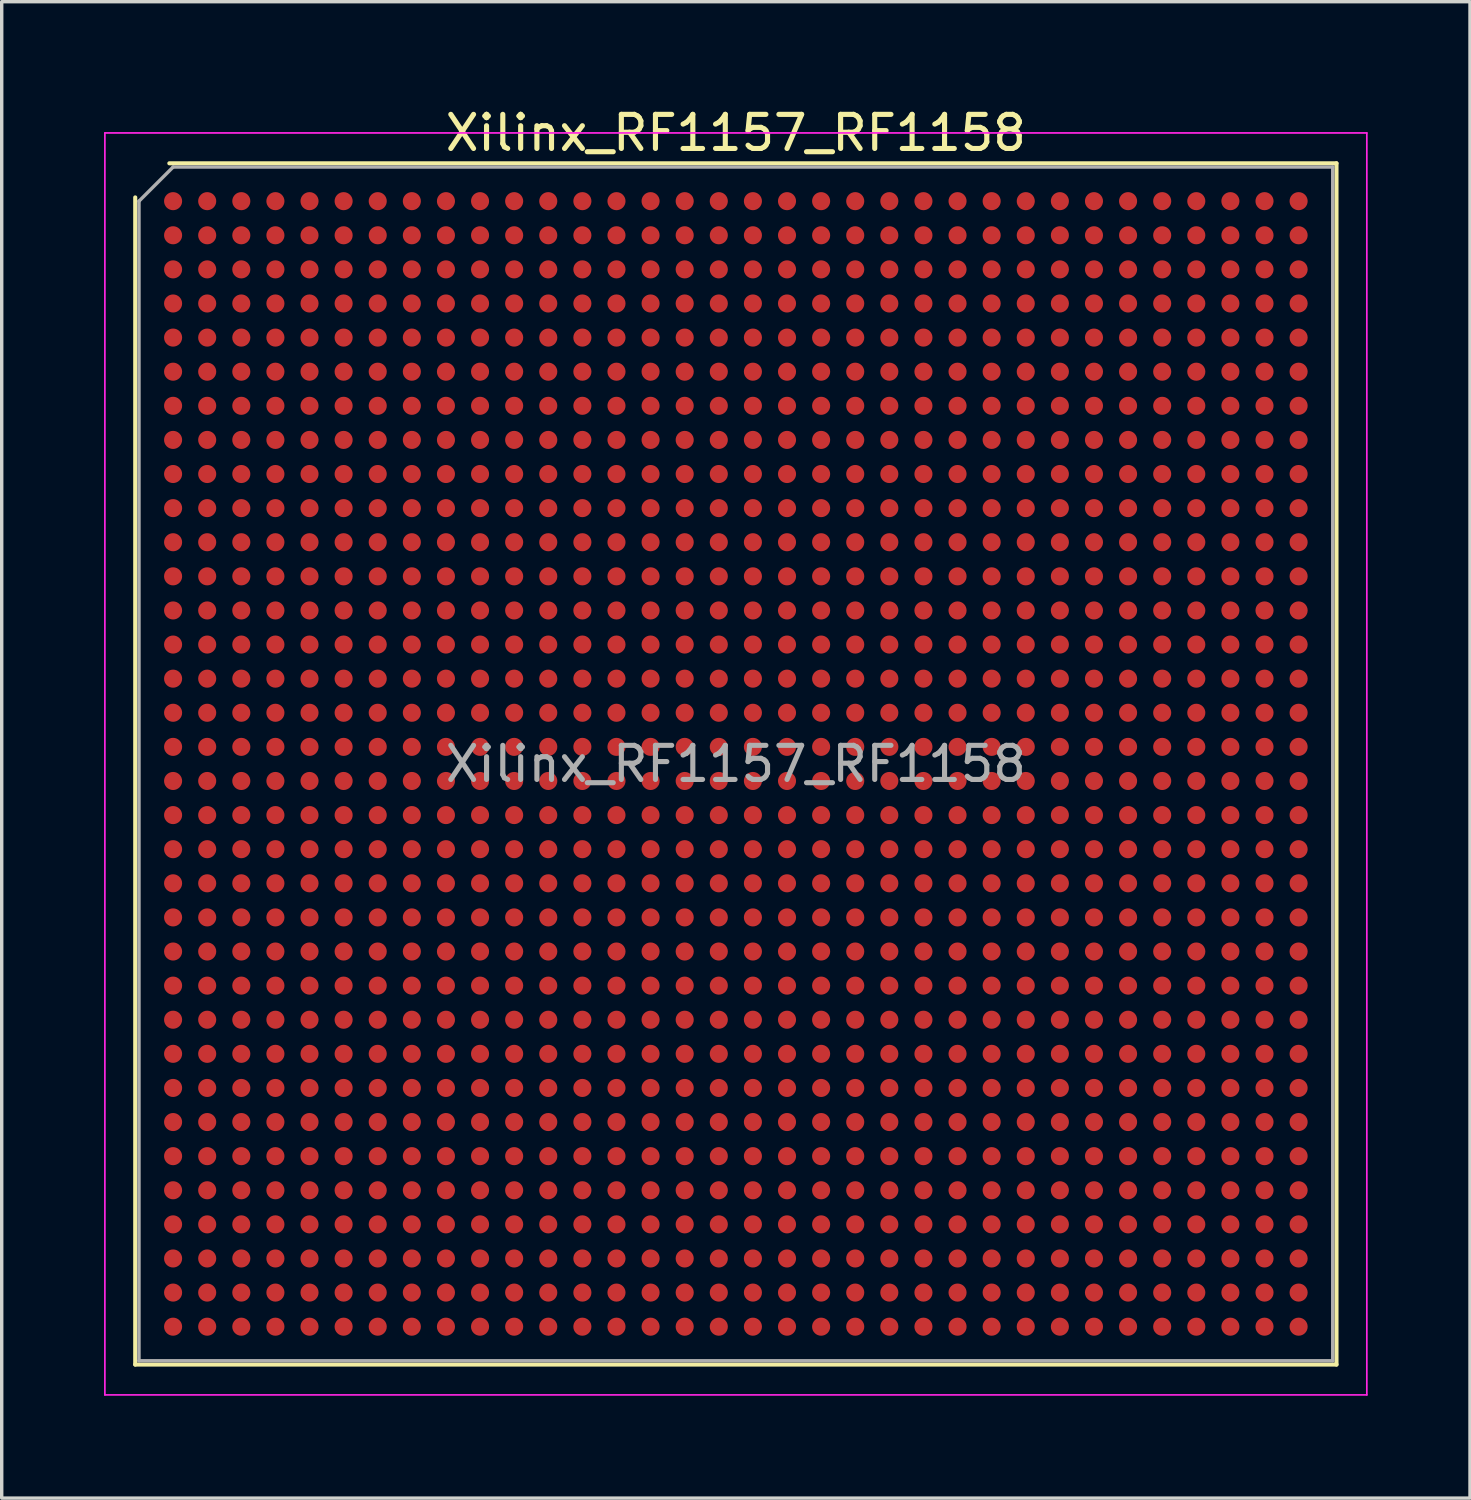
<source format=kicad_pcb>
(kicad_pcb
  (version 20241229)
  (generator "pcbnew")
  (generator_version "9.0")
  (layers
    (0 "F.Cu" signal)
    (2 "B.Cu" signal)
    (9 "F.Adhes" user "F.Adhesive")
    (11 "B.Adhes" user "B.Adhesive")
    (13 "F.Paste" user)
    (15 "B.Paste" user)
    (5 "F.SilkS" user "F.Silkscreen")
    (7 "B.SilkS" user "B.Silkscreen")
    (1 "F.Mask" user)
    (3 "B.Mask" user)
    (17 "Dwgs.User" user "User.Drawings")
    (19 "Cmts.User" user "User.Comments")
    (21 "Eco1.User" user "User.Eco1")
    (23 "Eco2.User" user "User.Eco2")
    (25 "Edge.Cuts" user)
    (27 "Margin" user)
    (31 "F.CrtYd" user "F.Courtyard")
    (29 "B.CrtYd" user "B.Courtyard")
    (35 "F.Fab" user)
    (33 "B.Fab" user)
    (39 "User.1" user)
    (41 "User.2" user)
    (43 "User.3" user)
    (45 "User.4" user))
  (footprint "Xilinx_RF1157_RF1158"
    (layer "F.Cu")
    (at 18.525 19.348)
    (property "Reference" "Xilinx_RF1157_RF1158" (at 0 -18.5 0) (layer "F.SilkS") (effects (font (size 1 1) (thickness 0.15))))
    (attr smd)
    (fp_line (start -17.61 17.61) (end -17.61 -16.61) (stroke (width 0.12) (type solid)) (layer "F.SilkS"))
    (fp_line (start -16.61 -17.61) (end 17.61 -17.61) (stroke (width 0.12) (type solid)) (layer "F.SilkS"))
    (fp_line (start 17.61 -17.61) (end 17.61 17.61) (stroke (width 0.12) (type solid)) (layer "F.SilkS"))
    (fp_line (start 17.61 17.61) (end -17.61 17.61) (stroke (width 0.12) (type solid)) (layer "F.SilkS"))
    (fp_line (start -18.5 -18.5) (end -18.5 18.5) (stroke (width 0.05) (type solid)) (layer "F.CrtYd"))
    (fp_line (start -18.5 18.5) (end 18.5 18.5) (stroke (width 0.05) (type solid)) (layer "F.CrtYd"))
    (fp_line (start 18.5 -18.5) (end -18.5 -18.5) (stroke (width 0.05) (type solid)) (layer "F.CrtYd"))
    (fp_line (start 18.5 18.5) (end 18.5 -18.5) (stroke (width 0.05) (type solid)) (layer "F.CrtYd"))
    (fp_line (start -17.5 -16.5) (end -16.5 -17.5) (stroke (width 0.1) (type solid)) (layer "F.Fab"))
    (fp_line (start -17.5 17.5) (end -17.5 -16.5) (stroke (width 0.1) (type solid)) (layer "F.Fab"))
    (fp_line (start -16.5 -17.5) (end 17.5 -17.5) (stroke (width 0.1) (type solid)) (layer "F.Fab"))
    (fp_line (start 17.5 -17.5) (end 17.5 17.5) (stroke (width 0.1) (type solid)) (layer "F.Fab"))
    (fp_line (start 17.5 17.5) (end -17.5 17.5) (stroke (width 0.1) (type solid)) (layer "F.Fab"))
    (fp_text user "${REFERENCE}" (at 0 0 0) (layer "F.Fab") (effects (font (size 1 1) (thickness 0.15))))
    (pad "A1" smd circle (at -16.5 -16.5) (size 0.53 0.53) (layers "F.Cu" "F.Mask" "F.Paste"))
    (pad "A2" smd circle (at -15.5 -16.5) (size 0.53 0.53) (layers "F.Cu" "F.Mask" "F.Paste"))
    (pad "A3" smd circle (at -14.5 -16.5) (size 0.53 0.53) (layers "F.Cu" "F.Mask" "F.Paste"))
    (pad "A4" smd circle (at -13.5 -16.5) (size 0.53 0.53) (layers "F.Cu" "F.Mask" "F.Paste"))
    (pad "A5" smd circle (at -12.5 -16.5) (size 0.53 0.53) (layers "F.Cu" "F.Mask" "F.Paste"))
    (pad "A6" smd circle (at -11.5 -16.5) (size 0.53 0.53) (layers "F.Cu" "F.Mask" "F.Paste"))
    (pad "A7" smd circle (at -10.5 -16.5) (size 0.53 0.53) (layers "F.Cu" "F.Mask" "F.Paste"))
    (pad "A8" smd circle (at -9.5 -16.5) (size 0.53 0.53) (layers "F.Cu" "F.Mask" "F.Paste"))
    (pad "A9" smd circle (at -8.5 -16.5) (size 0.53 0.53) (layers "F.Cu" "F.Mask" "F.Paste"))
    (pad "A10" smd circle (at -7.5 -16.5) (size 0.53 0.53) (layers "F.Cu" "F.Mask" "F.Paste"))
    (pad "A11" smd circle (at -6.5 -16.5) (size 0.53 0.53) (layers "F.Cu" "F.Mask" "F.Paste"))
    (pad "A12" smd circle (at -5.5 -16.5) (size 0.53 0.53) (layers "F.Cu" "F.Mask" "F.Paste"))
    (pad "A13" smd circle (at -4.5 -16.5) (size 0.53 0.53) (layers "F.Cu" "F.Mask" "F.Paste"))
    (pad "A14" smd circle (at -3.5 -16.5) (size 0.53 0.53) (layers "F.Cu" "F.Mask" "F.Paste"))
    (pad "A15" smd circle (at -2.5 -16.5) (size 0.53 0.53) (layers "F.Cu" "F.Mask" "F.Paste"))
    (pad "A16" smd circle (at -1.5 -16.5) (size 0.53 0.53) (layers "F.Cu" "F.Mask" "F.Paste"))
    (pad "A17" smd circle (at -0.5 -16.5) (size 0.53 0.53) (layers "F.Cu" "F.Mask" "F.Paste"))
    (pad "A18" smd circle (at 0.5 -16.5) (size 0.53 0.53) (layers "F.Cu" "F.Mask" "F.Paste"))
    (pad "A19" smd circle (at 1.5 -16.5) (size 0.53 0.53) (layers "F.Cu" "F.Mask" "F.Paste"))
    (pad "A20" smd circle (at 2.5 -16.5) (size 0.53 0.53) (layers "F.Cu" "F.Mask" "F.Paste"))
    (pad "A21" smd circle (at 3.5 -16.5) (size 0.53 0.53) (layers "F.Cu" "F.Mask" "F.Paste"))
    (pad "A22" smd circle (at 4.5 -16.5) (size 0.53 0.53) (layers "F.Cu" "F.Mask" "F.Paste"))
    (pad "A23" smd circle (at 5.5 -16.5) (size 0.53 0.53) (layers "F.Cu" "F.Mask" "F.Paste"))
    (pad "A24" smd circle (at 6.5 -16.5) (size 0.53 0.53) (layers "F.Cu" "F.Mask" "F.Paste"))
    (pad "A25" smd circle (at 7.5 -16.5) (size 0.53 0.53) (layers "F.Cu" "F.Mask" "F.Paste"))
    (pad "A26" smd circle (at 8.5 -16.5) (size 0.53 0.53) (layers "F.Cu" "F.Mask" "F.Paste"))
    (pad "A27" smd circle (at 9.5 -16.5) (size 0.53 0.53) (layers "F.Cu" "F.Mask" "F.Paste"))
    (pad "A28" smd circle (at 10.5 -16.5) (size 0.53 0.53) (layers "F.Cu" "F.Mask" "F.Paste"))
    (pad "A29" smd circle (at 11.5 -16.5) (size 0.53 0.53) (layers "F.Cu" "F.Mask" "F.Paste"))
    (pad "A30" smd circle (at 12.5 -16.5) (size 0.53 0.53) (layers "F.Cu" "F.Mask" "F.Paste"))
    (pad "A31" smd circle (at 13.5 -16.5) (size 0.53 0.53) (layers "F.Cu" "F.Mask" "F.Paste"))
    (pad "A32" smd circle (at 14.5 -16.5) (size 0.53 0.53) (layers "F.Cu" "F.Mask" "F.Paste"))
    (pad "A33" smd circle (at 15.5 -16.5) (size 0.53 0.53) (layers "F.Cu" "F.Mask" "F.Paste"))
    (pad "A34" smd circle (at 16.5 -16.5) (size 0.53 0.53) (layers "F.Cu" "F.Mask" "F.Paste"))
    (pad "AA1" smd circle (at -16.5 3.5) (size 0.53 0.53) (layers "F.Cu" "F.Mask" "F.Paste"))
    (pad "AA2" smd circle (at -15.5 3.5) (size 0.53 0.53) (layers "F.Cu" "F.Mask" "F.Paste"))
    (pad "AA3" smd circle (at -14.5 3.5) (size 0.53 0.53) (layers "F.Cu" "F.Mask" "F.Paste"))
    (pad "AA4" smd circle (at -13.5 3.5) (size 0.53 0.53) (layers "F.Cu" "F.Mask" "F.Paste"))
    (pad "AA5" smd circle (at -12.5 3.5) (size 0.53 0.53) (layers "F.Cu" "F.Mask" "F.Paste"))
    (pad "AA6" smd circle (at -11.5 3.5) (size 0.53 0.53) (layers "F.Cu" "F.Mask" "F.Paste"))
    (pad "AA7" smd circle (at -10.5 3.5) (size 0.53 0.53) (layers "F.Cu" "F.Mask" "F.Paste"))
    (pad "AA8" smd circle (at -9.5 3.5) (size 0.53 0.53) (layers "F.Cu" "F.Mask" "F.Paste"))
    (pad "AA9" smd circle (at -8.5 3.5) (size 0.53 0.53) (layers "F.Cu" "F.Mask" "F.Paste"))
    (pad "AA10" smd circle (at -7.5 3.5) (size 0.53 0.53) (layers "F.Cu" "F.Mask" "F.Paste"))
    (pad "AA11" smd circle (at -6.5 3.5) (size 0.53 0.53) (layers "F.Cu" "F.Mask" "F.Paste"))
    (pad "AA12" smd circle (at -5.5 3.5) (size 0.53 0.53) (layers "F.Cu" "F.Mask" "F.Paste"))
    (pad "AA13" smd circle (at -4.5 3.5) (size 0.53 0.53) (layers "F.Cu" "F.Mask" "F.Paste"))
    (pad "AA14" smd circle (at -3.5 3.5) (size 0.53 0.53) (layers "F.Cu" "F.Mask" "F.Paste"))
    (pad "AA15" smd circle (at -2.5 3.5) (size 0.53 0.53) (layers "F.Cu" "F.Mask" "F.Paste"))
    (pad "AA16" smd circle (at -1.5 3.5) (size 0.53 0.53) (layers "F.Cu" "F.Mask" "F.Paste"))
    (pad "AA17" smd circle (at -0.5 3.5) (size 0.53 0.53) (layers "F.Cu" "F.Mask" "F.Paste"))
    (pad "AA18" smd circle (at 0.5 3.5) (size 0.53 0.53) (layers "F.Cu" "F.Mask" "F.Paste"))
    (pad "AA19" smd circle (at 1.5 3.5) (size 0.53 0.53) (layers "F.Cu" "F.Mask" "F.Paste"))
    (pad "AA20" smd circle (at 2.5 3.5) (size 0.53 0.53) (layers "F.Cu" "F.Mask" "F.Paste"))
    (pad "AA21" smd circle (at 3.5 3.5) (size 0.53 0.53) (layers "F.Cu" "F.Mask" "F.Paste"))
    (pad "AA22" smd circle (at 4.5 3.5) (size 0.53 0.53) (layers "F.Cu" "F.Mask" "F.Paste"))
    (pad "AA23" smd circle (at 5.5 3.5) (size 0.53 0.53) (layers "F.Cu" "F.Mask" "F.Paste"))
    (pad "AA24" smd circle (at 6.5 3.5) (size 0.53 0.53) (layers "F.Cu" "F.Mask" "F.Paste"))
    (pad "AA25" smd circle (at 7.5 3.5) (size 0.53 0.53) (layers "F.Cu" "F.Mask" "F.Paste"))
    (pad "AA26" smd circle (at 8.5 3.5) (size 0.53 0.53) (layers "F.Cu" "F.Mask" "F.Paste"))
    (pad "AA27" smd circle (at 9.5 3.5) (size 0.53 0.53) (layers "F.Cu" "F.Mask" "F.Paste"))
    (pad "AA28" smd circle (at 10.5 3.5) (size 0.53 0.53) (layers "F.Cu" "F.Mask" "F.Paste"))
    (pad "AA29" smd circle (at 11.5 3.5) (size 0.53 0.53) (layers "F.Cu" "F.Mask" "F.Paste"))
    (pad "AA30" smd circle (at 12.5 3.5) (size 0.53 0.53) (layers "F.Cu" "F.Mask" "F.Paste"))
    (pad "AA31" smd circle (at 13.5 3.5) (size 0.53 0.53) (layers "F.Cu" "F.Mask" "F.Paste"))
    (pad "AA32" smd circle (at 14.5 3.5) (size 0.53 0.53) (layers "F.Cu" "F.Mask" "F.Paste"))
    (pad "AA33" smd circle (at 15.5 3.5) (size 0.53 0.53) (layers "F.Cu" "F.Mask" "F.Paste"))
    (pad "AA34" smd circle (at 16.5 3.5) (size 0.53 0.53) (layers "F.Cu" "F.Mask" "F.Paste"))
    (pad "AB1" smd circle (at -16.5 4.5) (size 0.53 0.53) (layers "F.Cu" "F.Mask" "F.Paste"))
    (pad "AB2" smd circle (at -15.5 4.5) (size 0.53 0.53) (layers "F.Cu" "F.Mask" "F.Paste"))
    (pad "AB3" smd circle (at -14.5 4.5) (size 0.53 0.53) (layers "F.Cu" "F.Mask" "F.Paste"))
    (pad "AB4" smd circle (at -13.5 4.5) (size 0.53 0.53) (layers "F.Cu" "F.Mask" "F.Paste"))
    (pad "AB5" smd circle (at -12.5 4.5) (size 0.53 0.53) (layers "F.Cu" "F.Mask" "F.Paste"))
    (pad "AB6" smd circle (at -11.5 4.5) (size 0.53 0.53) (layers "F.Cu" "F.Mask" "F.Paste"))
    (pad "AB7" smd circle (at -10.5 4.5) (size 0.53 0.53) (layers "F.Cu" "F.Mask" "F.Paste"))
    (pad "AB8" smd circle (at -9.5 4.5) (size 0.53 0.53) (layers "F.Cu" "F.Mask" "F.Paste"))
    (pad "AB9" smd circle (at -8.5 4.5) (size 0.53 0.53) (layers "F.Cu" "F.Mask" "F.Paste"))
    (pad "AB10" smd circle (at -7.5 4.5) (size 0.53 0.53) (layers "F.Cu" "F.Mask" "F.Paste"))
    (pad "AB11" smd circle (at -6.5 4.5) (size 0.53 0.53) (layers "F.Cu" "F.Mask" "F.Paste"))
    (pad "AB12" smd circle (at -5.5 4.5) (size 0.53 0.53) (layers "F.Cu" "F.Mask" "F.Paste"))
    (pad "AB13" smd circle (at -4.5 4.5) (size 0.53 0.53) (layers "F.Cu" "F.Mask" "F.Paste"))
    (pad "AB14" smd circle (at -3.5 4.5) (size 0.53 0.53) (layers "F.Cu" "F.Mask" "F.Paste"))
    (pad "AB15" smd circle (at -2.5 4.5) (size 0.53 0.53) (layers "F.Cu" "F.Mask" "F.Paste"))
    (pad "AB16" smd circle (at -1.5 4.5) (size 0.53 0.53) (layers "F.Cu" "F.Mask" "F.Paste"))
    (pad "AB17" smd circle (at -0.5 4.5) (size 0.53 0.53) (layers "F.Cu" "F.Mask" "F.Paste"))
    (pad "AB18" smd circle (at 0.5 4.5) (size 0.53 0.53) (layers "F.Cu" "F.Mask" "F.Paste"))
    (pad "AB19" smd circle (at 1.5 4.5) (size 0.53 0.53) (layers "F.Cu" "F.Mask" "F.Paste"))
    (pad "AB20" smd circle (at 2.5 4.5) (size 0.53 0.53) (layers "F.Cu" "F.Mask" "F.Paste"))
    (pad "AB21" smd circle (at 3.5 4.5) (size 0.53 0.53) (layers "F.Cu" "F.Mask" "F.Paste"))
    (pad "AB22" smd circle (at 4.5 4.5) (size 0.53 0.53) (layers "F.Cu" "F.Mask" "F.Paste"))
    (pad "AB23" smd circle (at 5.5 4.5) (size 0.53 0.53) (layers "F.Cu" "F.Mask" "F.Paste"))
    (pad "AB24" smd circle (at 6.5 4.5) (size 0.53 0.53) (layers "F.Cu" "F.Mask" "F.Paste"))
    (pad "AB25" smd circle (at 7.5 4.5) (size 0.53 0.53) (layers "F.Cu" "F.Mask" "F.Paste"))
    (pad "AB26" smd circle (at 8.5 4.5) (size 0.53 0.53) (layers "F.Cu" "F.Mask" "F.Paste"))
    (pad "AB27" smd circle (at 9.5 4.5) (size 0.53 0.53) (layers "F.Cu" "F.Mask" "F.Paste"))
    (pad "AB28" smd circle (at 10.5 4.5) (size 0.53 0.53) (layers "F.Cu" "F.Mask" "F.Paste"))
    (pad "AB29" smd circle (at 11.5 4.5) (size 0.53 0.53) (layers "F.Cu" "F.Mask" "F.Paste"))
    (pad "AB30" smd circle (at 12.5 4.5) (size 0.53 0.53) (layers "F.Cu" "F.Mask" "F.Paste"))
    (pad "AB31" smd circle (at 13.5 4.5) (size 0.53 0.53) (layers "F.Cu" "F.Mask" "F.Paste"))
    (pad "AB32" smd circle (at 14.5 4.5) (size 0.53 0.53) (layers "F.Cu" "F.Mask" "F.Paste"))
    (pad "AB33" smd circle (at 15.5 4.5) (size 0.53 0.53) (layers "F.Cu" "F.Mask" "F.Paste"))
    (pad "AB34" smd circle (at 16.5 4.5) (size 0.53 0.53) (layers "F.Cu" "F.Mask" "F.Paste"))
    (pad "AC1" smd circle (at -16.5 5.5) (size 0.53 0.53) (layers "F.Cu" "F.Mask" "F.Paste"))
    (pad "AC2" smd circle (at -15.5 5.5) (size 0.53 0.53) (layers "F.Cu" "F.Mask" "F.Paste"))
    (pad "AC3" smd circle (at -14.5 5.5) (size 0.53 0.53) (layers "F.Cu" "F.Mask" "F.Paste"))
    (pad "AC4" smd circle (at -13.5 5.5) (size 0.53 0.53) (layers "F.Cu" "F.Mask" "F.Paste"))
    (pad "AC5" smd circle (at -12.5 5.5) (size 0.53 0.53) (layers "F.Cu" "F.Mask" "F.Paste"))
    (pad "AC6" smd circle (at -11.5 5.5) (size 0.53 0.53) (layers "F.Cu" "F.Mask" "F.Paste"))
    (pad "AC7" smd circle (at -10.5 5.5) (size 0.53 0.53) (layers "F.Cu" "F.Mask" "F.Paste"))
    (pad "AC8" smd circle (at -9.5 5.5) (size 0.53 0.53) (layers "F.Cu" "F.Mask" "F.Paste"))
    (pad "AC9" smd circle (at -8.5 5.5) (size 0.53 0.53) (layers "F.Cu" "F.Mask" "F.Paste"))
    (pad "AC10" smd circle (at -7.5 5.5) (size 0.53 0.53) (layers "F.Cu" "F.Mask" "F.Paste"))
    (pad "AC11" smd circle (at -6.5 5.5) (size 0.53 0.53) (layers "F.Cu" "F.Mask" "F.Paste"))
    (pad "AC12" smd circle (at -5.5 5.5) (size 0.53 0.53) (layers "F.Cu" "F.Mask" "F.Paste"))
    (pad "AC13" smd circle (at -4.5 5.5) (size 0.53 0.53) (layers "F.Cu" "F.Mask" "F.Paste"))
    (pad "AC14" smd circle (at -3.5 5.5) (size 0.53 0.53) (layers "F.Cu" "F.Mask" "F.Paste"))
    (pad "AC15" smd circle (at -2.5 5.5) (size 0.53 0.53) (layers "F.Cu" "F.Mask" "F.Paste"))
    (pad "AC16" smd circle (at -1.5 5.5) (size 0.53 0.53) (layers "F.Cu" "F.Mask" "F.Paste"))
    (pad "AC17" smd circle (at -0.5 5.5) (size 0.53 0.53) (layers "F.Cu" "F.Mask" "F.Paste"))
    (pad "AC18" smd circle (at 0.5 5.5) (size 0.53 0.53) (layers "F.Cu" "F.Mask" "F.Paste"))
    (pad "AC19" smd circle (at 1.5 5.5) (size 0.53 0.53) (layers "F.Cu" "F.Mask" "F.Paste"))
    (pad "AC20" smd circle (at 2.5 5.5) (size 0.53 0.53) (layers "F.Cu" "F.Mask" "F.Paste"))
    (pad "AC21" smd circle (at 3.5 5.5) (size 0.53 0.53) (layers "F.Cu" "F.Mask" "F.Paste"))
    (pad "AC22" smd circle (at 4.5 5.5) (size 0.53 0.53) (layers "F.Cu" "F.Mask" "F.Paste"))
    (pad "AC23" smd circle (at 5.5 5.5) (size 0.53 0.53) (layers "F.Cu" "F.Mask" "F.Paste"))
    (pad "AC24" smd circle (at 6.5 5.5) (size 0.53 0.53) (layers "F.Cu" "F.Mask" "F.Paste"))
    (pad "AC25" smd circle (at 7.5 5.5) (size 0.53 0.53) (layers "F.Cu" "F.Mask" "F.Paste"))
    (pad "AC26" smd circle (at 8.5 5.5) (size 0.53 0.53) (layers "F.Cu" "F.Mask" "F.Paste"))
    (pad "AC27" smd circle (at 9.5 5.5) (size 0.53 0.53) (layers "F.Cu" "F.Mask" "F.Paste"))
    (pad "AC28" smd circle (at 10.5 5.5) (size 0.53 0.53) (layers "F.Cu" "F.Mask" "F.Paste"))
    (pad "AC29" smd circle (at 11.5 5.5) (size 0.53 0.53) (layers "F.Cu" "F.Mask" "F.Paste"))
    (pad "AC30" smd circle (at 12.5 5.5) (size 0.53 0.53) (layers "F.Cu" "F.Mask" "F.Paste"))
    (pad "AC31" smd circle (at 13.5 5.5) (size 0.53 0.53) (layers "F.Cu" "F.Mask" "F.Paste"))
    (pad "AC32" smd circle (at 14.5 5.5) (size 0.53 0.53) (layers "F.Cu" "F.Mask" "F.Paste"))
    (pad "AC33" smd circle (at 15.5 5.5) (size 0.53 0.53) (layers "F.Cu" "F.Mask" "F.Paste"))
    (pad "AC34" smd circle (at 16.5 5.5) (size 0.53 0.53) (layers "F.Cu" "F.Mask" "F.Paste"))
    (pad "AD1" smd circle (at -16.5 6.5) (size 0.53 0.53) (layers "F.Cu" "F.Mask" "F.Paste"))
    (pad "AD2" smd circle (at -15.5 6.5) (size 0.53 0.53) (layers "F.Cu" "F.Mask" "F.Paste"))
    (pad "AD3" smd circle (at -14.5 6.5) (size 0.53 0.53) (layers "F.Cu" "F.Mask" "F.Paste"))
    (pad "AD4" smd circle (at -13.5 6.5) (size 0.53 0.53) (layers "F.Cu" "F.Mask" "F.Paste"))
    (pad "AD5" smd circle (at -12.5 6.5) (size 0.53 0.53) (layers "F.Cu" "F.Mask" "F.Paste"))
    (pad "AD6" smd circle (at -11.5 6.5) (size 0.53 0.53) (layers "F.Cu" "F.Mask" "F.Paste"))
    (pad "AD7" smd circle (at -10.5 6.5) (size 0.53 0.53) (layers "F.Cu" "F.Mask" "F.Paste"))
    (pad "AD8" smd circle (at -9.5 6.5) (size 0.53 0.53) (layers "F.Cu" "F.Mask" "F.Paste"))
    (pad "AD9" smd circle (at -8.5 6.5) (size 0.53 0.53) (layers "F.Cu" "F.Mask" "F.Paste"))
    (pad "AD10" smd circle (at -7.5 6.5) (size 0.53 0.53) (layers "F.Cu" "F.Mask" "F.Paste"))
    (pad "AD11" smd circle (at -6.5 6.5) (size 0.53 0.53) (layers "F.Cu" "F.Mask" "F.Paste"))
    (pad "AD12" smd circle (at -5.5 6.5) (size 0.53 0.53) (layers "F.Cu" "F.Mask" "F.Paste"))
    (pad "AD13" smd circle (at -4.5 6.5) (size 0.53 0.53) (layers "F.Cu" "F.Mask" "F.Paste"))
    (pad "AD14" smd circle (at -3.5 6.5) (size 0.53 0.53) (layers "F.Cu" "F.Mask" "F.Paste"))
    (pad "AD15" smd circle (at -2.5 6.5) (size 0.53 0.53) (layers "F.Cu" "F.Mask" "F.Paste"))
    (pad "AD16" smd circle (at -1.5 6.5) (size 0.53 0.53) (layers "F.Cu" "F.Mask" "F.Paste"))
    (pad "AD17" smd circle (at -0.5 6.5) (size 0.53 0.53) (layers "F.Cu" "F.Mask" "F.Paste"))
    (pad "AD18" smd circle (at 0.5 6.5) (size 0.53 0.53) (layers "F.Cu" "F.Mask" "F.Paste"))
    (pad "AD19" smd circle (at 1.5 6.5) (size 0.53 0.53) (layers "F.Cu" "F.Mask" "F.Paste"))
    (pad "AD20" smd circle (at 2.5 6.5) (size 0.53 0.53) (layers "F.Cu" "F.Mask" "F.Paste"))
    (pad "AD21" smd circle (at 3.5 6.5) (size 0.53 0.53) (layers "F.Cu" "F.Mask" "F.Paste"))
    (pad "AD22" smd circle (at 4.5 6.5) (size 0.53 0.53) (layers "F.Cu" "F.Mask" "F.Paste"))
    (pad "AD23" smd circle (at 5.5 6.5) (size 0.53 0.53) (layers "F.Cu" "F.Mask" "F.Paste"))
    (pad "AD24" smd circle (at 6.5 6.5) (size 0.53 0.53) (layers "F.Cu" "F.Mask" "F.Paste"))
    (pad "AD25" smd circle (at 7.5 6.5) (size 0.53 0.53) (layers "F.Cu" "F.Mask" "F.Paste"))
    (pad "AD26" smd circle (at 8.5 6.5) (size 0.53 0.53) (layers "F.Cu" "F.Mask" "F.Paste"))
    (pad "AD27" smd circle (at 9.5 6.5) (size 0.53 0.53) (layers "F.Cu" "F.Mask" "F.Paste"))
    (pad "AD28" smd circle (at 10.5 6.5) (size 0.53 0.53) (layers "F.Cu" "F.Mask" "F.Paste"))
    (pad "AD29" smd circle (at 11.5 6.5) (size 0.53 0.53) (layers "F.Cu" "F.Mask" "F.Paste"))
    (pad "AD30" smd circle (at 12.5 6.5) (size 0.53 0.53) (layers "F.Cu" "F.Mask" "F.Paste"))
    (pad "AD31" smd circle (at 13.5 6.5) (size 0.53 0.53) (layers "F.Cu" "F.Mask" "F.Paste"))
    (pad "AD32" smd circle (at 14.5 6.5) (size 0.53 0.53) (layers "F.Cu" "F.Mask" "F.Paste"))
    (pad "AD33" smd circle (at 15.5 6.5) (size 0.53 0.53) (layers "F.Cu" "F.Mask" "F.Paste"))
    (pad "AD34" smd circle (at 16.5 6.5) (size 0.53 0.53) (layers "F.Cu" "F.Mask" "F.Paste"))
    (pad "AE1" smd circle (at -16.5 7.5) (size 0.53 0.53) (layers "F.Cu" "F.Mask" "F.Paste"))
    (pad "AE2" smd circle (at -15.5 7.5) (size 0.53 0.53) (layers "F.Cu" "F.Mask" "F.Paste"))
    (pad "AE3" smd circle (at -14.5 7.5) (size 0.53 0.53) (layers "F.Cu" "F.Mask" "F.Paste"))
    (pad "AE4" smd circle (at -13.5 7.5) (size 0.53 0.53) (layers "F.Cu" "F.Mask" "F.Paste"))
    (pad "AE5" smd circle (at -12.5 7.5) (size 0.53 0.53) (layers "F.Cu" "F.Mask" "F.Paste"))
    (pad "AE6" smd circle (at -11.5 7.5) (size 0.53 0.53) (layers "F.Cu" "F.Mask" "F.Paste"))
    (pad "AE7" smd circle (at -10.5 7.5) (size 0.53 0.53) (layers "F.Cu" "F.Mask" "F.Paste"))
    (pad "AE8" smd circle (at -9.5 7.5) (size 0.53 0.53) (layers "F.Cu" "F.Mask" "F.Paste"))
    (pad "AE9" smd circle (at -8.5 7.5) (size 0.53 0.53) (layers "F.Cu" "F.Mask" "F.Paste"))
    (pad "AE10" smd circle (at -7.5 7.5) (size 0.53 0.53) (layers "F.Cu" "F.Mask" "F.Paste"))
    (pad "AE11" smd circle (at -6.5 7.5) (size 0.53 0.53) (layers "F.Cu" "F.Mask" "F.Paste"))
    (pad "AE12" smd circle (at -5.5 7.5) (size 0.53 0.53) (layers "F.Cu" "F.Mask" "F.Paste"))
    (pad "AE13" smd circle (at -4.5 7.5) (size 0.53 0.53) (layers "F.Cu" "F.Mask" "F.Paste"))
    (pad "AE14" smd circle (at -3.5 7.5) (size 0.53 0.53) (layers "F.Cu" "F.Mask" "F.Paste"))
    (pad "AE15" smd circle (at -2.5 7.5) (size 0.53 0.53) (layers "F.Cu" "F.Mask" "F.Paste"))
    (pad "AE16" smd circle (at -1.5 7.5) (size 0.53 0.53) (layers "F.Cu" "F.Mask" "F.Paste"))
    (pad "AE17" smd circle (at -0.5 7.5) (size 0.53 0.53) (layers "F.Cu" "F.Mask" "F.Paste"))
    (pad "AE18" smd circle (at 0.5 7.5) (size 0.53 0.53) (layers "F.Cu" "F.Mask" "F.Paste"))
    (pad "AE19" smd circle (at 1.5 7.5) (size 0.53 0.53) (layers "F.Cu" "F.Mask" "F.Paste"))
    (pad "AE20" smd circle (at 2.5 7.5) (size 0.53 0.53) (layers "F.Cu" "F.Mask" "F.Paste"))
    (pad "AE21" smd circle (at 3.5 7.5) (size 0.53 0.53) (layers "F.Cu" "F.Mask" "F.Paste"))
    (pad "AE22" smd circle (at 4.5 7.5) (size 0.53 0.53) (layers "F.Cu" "F.Mask" "F.Paste"))
    (pad "AE23" smd circle (at 5.5 7.5) (size 0.53 0.53) (layers "F.Cu" "F.Mask" "F.Paste"))
    (pad "AE24" smd circle (at 6.5 7.5) (size 0.53 0.53) (layers "F.Cu" "F.Mask" "F.Paste"))
    (pad "AE25" smd circle (at 7.5 7.5) (size 0.53 0.53) (layers "F.Cu" "F.Mask" "F.Paste"))
    (pad "AE26" smd circle (at 8.5 7.5) (size 0.53 0.53) (layers "F.Cu" "F.Mask" "F.Paste"))
    (pad "AE27" smd circle (at 9.5 7.5) (size 0.53 0.53) (layers "F.Cu" "F.Mask" "F.Paste"))
    (pad "AE28" smd circle (at 10.5 7.5) (size 0.53 0.53) (layers "F.Cu" "F.Mask" "F.Paste"))
    (pad "AE29" smd circle (at 11.5 7.5) (size 0.53 0.53) (layers "F.Cu" "F.Mask" "F.Paste"))
    (pad "AE30" smd circle (at 12.5 7.5) (size 0.53 0.53) (layers "F.Cu" "F.Mask" "F.Paste"))
    (pad "AE31" smd circle (at 13.5 7.5) (size 0.53 0.53) (layers "F.Cu" "F.Mask" "F.Paste"))
    (pad "AE32" smd circle (at 14.5 7.5) (size 0.53 0.53) (layers "F.Cu" "F.Mask" "F.Paste"))
    (pad "AE33" smd circle (at 15.5 7.5) (size 0.53 0.53) (layers "F.Cu" "F.Mask" "F.Paste"))
    (pad "AE34" smd circle (at 16.5 7.5) (size 0.53 0.53) (layers "F.Cu" "F.Mask" "F.Paste"))
    (pad "AF1" smd circle (at -16.5 8.5) (size 0.53 0.53) (layers "F.Cu" "F.Mask" "F.Paste"))
    (pad "AF2" smd circle (at -15.5 8.5) (size 0.53 0.53) (layers "F.Cu" "F.Mask" "F.Paste"))
    (pad "AF3" smd circle (at -14.5 8.5) (size 0.53 0.53) (layers "F.Cu" "F.Mask" "F.Paste"))
    (pad "AF4" smd circle (at -13.5 8.5) (size 0.53 0.53) (layers "F.Cu" "F.Mask" "F.Paste"))
    (pad "AF5" smd circle (at -12.5 8.5) (size 0.53 0.53) (layers "F.Cu" "F.Mask" "F.Paste"))
    (pad "AF6" smd circle (at -11.5 8.5) (size 0.53 0.53) (layers "F.Cu" "F.Mask" "F.Paste"))
    (pad "AF7" smd circle (at -10.5 8.5) (size 0.53 0.53) (layers "F.Cu" "F.Mask" "F.Paste"))
    (pad "AF8" smd circle (at -9.5 8.5) (size 0.53 0.53) (layers "F.Cu" "F.Mask" "F.Paste"))
    (pad "AF9" smd circle (at -8.5 8.5) (size 0.53 0.53) (layers "F.Cu" "F.Mask" "F.Paste"))
    (pad "AF10" smd circle (at -7.5 8.5) (size 0.53 0.53) (layers "F.Cu" "F.Mask" "F.Paste"))
    (pad "AF11" smd circle (at -6.5 8.5) (size 0.53 0.53) (layers "F.Cu" "F.Mask" "F.Paste"))
    (pad "AF12" smd circle (at -5.5 8.5) (size 0.53 0.53) (layers "F.Cu" "F.Mask" "F.Paste"))
    (pad "AF13" smd circle (at -4.5 8.5) (size 0.53 0.53) (layers "F.Cu" "F.Mask" "F.Paste"))
    (pad "AF14" smd circle (at -3.5 8.5) (size 0.53 0.53) (layers "F.Cu" "F.Mask" "F.Paste"))
    (pad "AF15" smd circle (at -2.5 8.5) (size 0.53 0.53) (layers "F.Cu" "F.Mask" "F.Paste"))
    (pad "AF16" smd circle (at -1.5 8.5) (size 0.53 0.53) (layers "F.Cu" "F.Mask" "F.Paste"))
    (pad "AF17" smd circle (at -0.5 8.5) (size 0.53 0.53) (layers "F.Cu" "F.Mask" "F.Paste"))
    (pad "AF18" smd circle (at 0.5 8.5) (size 0.53 0.53) (layers "F.Cu" "F.Mask" "F.Paste"))
    (pad "AF19" smd circle (at 1.5 8.5) (size 0.53 0.53) (layers "F.Cu" "F.Mask" "F.Paste"))
    (pad "AF20" smd circle (at 2.5 8.5) (size 0.53 0.53) (layers "F.Cu" "F.Mask" "F.Paste"))
    (pad "AF21" smd circle (at 3.5 8.5) (size 0.53 0.53) (layers "F.Cu" "F.Mask" "F.Paste"))
    (pad "AF22" smd circle (at 4.5 8.5) (size 0.53 0.53) (layers "F.Cu" "F.Mask" "F.Paste"))
    (pad "AF23" smd circle (at 5.5 8.5) (size 0.53 0.53) (layers "F.Cu" "F.Mask" "F.Paste"))
    (pad "AF24" smd circle (at 6.5 8.5) (size 0.53 0.53) (layers "F.Cu" "F.Mask" "F.Paste"))
    (pad "AF25" smd circle (at 7.5 8.5) (size 0.53 0.53) (layers "F.Cu" "F.Mask" "F.Paste"))
    (pad "AF26" smd circle (at 8.5 8.5) (size 0.53 0.53) (layers "F.Cu" "F.Mask" "F.Paste"))
    (pad "AF27" smd circle (at 9.5 8.5) (size 0.53 0.53) (layers "F.Cu" "F.Mask" "F.Paste"))
    (pad "AF28" smd circle (at 10.5 8.5) (size 0.53 0.53) (layers "F.Cu" "F.Mask" "F.Paste"))
    (pad "AF29" smd circle (at 11.5 8.5) (size 0.53 0.53) (layers "F.Cu" "F.Mask" "F.Paste"))
    (pad "AF30" smd circle (at 12.5 8.5) (size 0.53 0.53) (layers "F.Cu" "F.Mask" "F.Paste"))
    (pad "AF31" smd circle (at 13.5 8.5) (size 0.53 0.53) (layers "F.Cu" "F.Mask" "F.Paste"))
    (pad "AF32" smd circle (at 14.5 8.5) (size 0.53 0.53) (layers "F.Cu" "F.Mask" "F.Paste"))
    (pad "AF33" smd circle (at 15.5 8.5) (size 0.53 0.53) (layers "F.Cu" "F.Mask" "F.Paste"))
    (pad "AF34" smd circle (at 16.5 8.5) (size 0.53 0.53) (layers "F.Cu" "F.Mask" "F.Paste"))
    (pad "AG1" smd circle (at -16.5 9.5) (size 0.53 0.53) (layers "F.Cu" "F.Mask" "F.Paste"))
    (pad "AG2" smd circle (at -15.5 9.5) (size 0.53 0.53) (layers "F.Cu" "F.Mask" "F.Paste"))
    (pad "AG3" smd circle (at -14.5 9.5) (size 0.53 0.53) (layers "F.Cu" "F.Mask" "F.Paste"))
    (pad "AG4" smd circle (at -13.5 9.5) (size 0.53 0.53) (layers "F.Cu" "F.Mask" "F.Paste"))
    (pad "AG5" smd circle (at -12.5 9.5) (size 0.53 0.53) (layers "F.Cu" "F.Mask" "F.Paste"))
    (pad "AG6" smd circle (at -11.5 9.5) (size 0.53 0.53) (layers "F.Cu" "F.Mask" "F.Paste"))
    (pad "AG7" smd circle (at -10.5 9.5) (size 0.53 0.53) (layers "F.Cu" "F.Mask" "F.Paste"))
    (pad "AG8" smd circle (at -9.5 9.5) (size 0.53 0.53) (layers "F.Cu" "F.Mask" "F.Paste"))
    (pad "AG9" smd circle (at -8.5 9.5) (size 0.53 0.53) (layers "F.Cu" "F.Mask" "F.Paste"))
    (pad "AG10" smd circle (at -7.5 9.5) (size 0.53 0.53) (layers "F.Cu" "F.Mask" "F.Paste"))
    (pad "AG11" smd circle (at -6.5 9.5) (size 0.53 0.53) (layers "F.Cu" "F.Mask" "F.Paste"))
    (pad "AG12" smd circle (at -5.5 9.5) (size 0.53 0.53) (layers "F.Cu" "F.Mask" "F.Paste"))
    (pad "AG13" smd circle (at -4.5 9.5) (size 0.53 0.53) (layers "F.Cu" "F.Mask" "F.Paste"))
    (pad "AG14" smd circle (at -3.5 9.5) (size 0.53 0.53) (layers "F.Cu" "F.Mask" "F.Paste"))
    (pad "AG15" smd circle (at -2.5 9.5) (size 0.53 0.53) (layers "F.Cu" "F.Mask" "F.Paste"))
    (pad "AG16" smd circle (at -1.5 9.5) (size 0.53 0.53) (layers "F.Cu" "F.Mask" "F.Paste"))
    (pad "AG17" smd circle (at -0.5 9.5) (size 0.53 0.53) (layers "F.Cu" "F.Mask" "F.Paste"))
    (pad "AG18" smd circle (at 0.5 9.5) (size 0.53 0.53) (layers "F.Cu" "F.Mask" "F.Paste"))
    (pad "AG19" smd circle (at 1.5 9.5) (size 0.53 0.53) (layers "F.Cu" "F.Mask" "F.Paste"))
    (pad "AG20" smd circle (at 2.5 9.5) (size 0.53 0.53) (layers "F.Cu" "F.Mask" "F.Paste"))
    (pad "AG21" smd circle (at 3.5 9.5) (size 0.53 0.53) (layers "F.Cu" "F.Mask" "F.Paste"))
    (pad "AG22" smd circle (at 4.5 9.5) (size 0.53 0.53) (layers "F.Cu" "F.Mask" "F.Paste"))
    (pad "AG23" smd circle (at 5.5 9.5) (size 0.53 0.53) (layers "F.Cu" "F.Mask" "F.Paste"))
    (pad "AG24" smd circle (at 6.5 9.5) (size 0.53 0.53) (layers "F.Cu" "F.Mask" "F.Paste"))
    (pad "AG25" smd circle (at 7.5 9.5) (size 0.53 0.53) (layers "F.Cu" "F.Mask" "F.Paste"))
    (pad "AG26" smd circle (at 8.5 9.5) (size 0.53 0.53) (layers "F.Cu" "F.Mask" "F.Paste"))
    (pad "AG27" smd circle (at 9.5 9.5) (size 0.53 0.53) (layers "F.Cu" "F.Mask" "F.Paste"))
    (pad "AG28" smd circle (at 10.5 9.5) (size 0.53 0.53) (layers "F.Cu" "F.Mask" "F.Paste"))
    (pad "AG29" smd circle (at 11.5 9.5) (size 0.53 0.53) (layers "F.Cu" "F.Mask" "F.Paste"))
    (pad "AG30" smd circle (at 12.5 9.5) (size 0.53 0.53) (layers "F.Cu" "F.Mask" "F.Paste"))
    (pad "AG31" smd circle (at 13.5 9.5) (size 0.53 0.53) (layers "F.Cu" "F.Mask" "F.Paste"))
    (pad "AG32" smd circle (at 14.5 9.5) (size 0.53 0.53) (layers "F.Cu" "F.Mask" "F.Paste"))
    (pad "AG33" smd circle (at 15.5 9.5) (size 0.53 0.53) (layers "F.Cu" "F.Mask" "F.Paste"))
    (pad "AG34" smd circle (at 16.5 9.5) (size 0.53 0.53) (layers "F.Cu" "F.Mask" "F.Paste"))
    (pad "AH1" smd circle (at -16.5 10.5) (size 0.53 0.53) (layers "F.Cu" "F.Mask" "F.Paste"))
    (pad "AH2" smd circle (at -15.5 10.5) (size 0.53 0.53) (layers "F.Cu" "F.Mask" "F.Paste"))
    (pad "AH3" smd circle (at -14.5 10.5) (size 0.53 0.53) (layers "F.Cu" "F.Mask" "F.Paste"))
    (pad "AH4" smd circle (at -13.5 10.5) (size 0.53 0.53) (layers "F.Cu" "F.Mask" "F.Paste"))
    (pad "AH5" smd circle (at -12.5 10.5) (size 0.53 0.53) (layers "F.Cu" "F.Mask" "F.Paste"))
    (pad "AH6" smd circle (at -11.5 10.5) (size 0.53 0.53) (layers "F.Cu" "F.Mask" "F.Paste"))
    (pad "AH7" smd circle (at -10.5 10.5) (size 0.53 0.53) (layers "F.Cu" "F.Mask" "F.Paste"))
    (pad "AH8" smd circle (at -9.5 10.5) (size 0.53 0.53) (layers "F.Cu" "F.Mask" "F.Paste"))
    (pad "AH9" smd circle (at -8.5 10.5) (size 0.53 0.53) (layers "F.Cu" "F.Mask" "F.Paste"))
    (pad "AH10" smd circle (at -7.5 10.5) (size 0.53 0.53) (layers "F.Cu" "F.Mask" "F.Paste"))
    (pad "AH11" smd circle (at -6.5 10.5) (size 0.53 0.53) (layers "F.Cu" "F.Mask" "F.Paste"))
    (pad "AH12" smd circle (at -5.5 10.5) (size 0.53 0.53) (layers "F.Cu" "F.Mask" "F.Paste"))
    (pad "AH13" smd circle (at -4.5 10.5) (size 0.53 0.53) (layers "F.Cu" "F.Mask" "F.Paste"))
    (pad "AH14" smd circle (at -3.5 10.5) (size 0.53 0.53) (layers "F.Cu" "F.Mask" "F.Paste"))
    (pad "AH15" smd circle (at -2.5 10.5) (size 0.53 0.53) (layers "F.Cu" "F.Mask" "F.Paste"))
    (pad "AH16" smd circle (at -1.5 10.5) (size 0.53 0.53) (layers "F.Cu" "F.Mask" "F.Paste"))
    (pad "AH17" smd circle (at -0.5 10.5) (size 0.53 0.53) (layers "F.Cu" "F.Mask" "F.Paste"))
    (pad "AH18" smd circle (at 0.5 10.5) (size 0.53 0.53) (layers "F.Cu" "F.Mask" "F.Paste"))
    (pad "AH19" smd circle (at 1.5 10.5) (size 0.53 0.53) (layers "F.Cu" "F.Mask" "F.Paste"))
    (pad "AH20" smd circle (at 2.5 10.5) (size 0.53 0.53) (layers "F.Cu" "F.Mask" "F.Paste"))
    (pad "AH21" smd circle (at 3.5 10.5) (size 0.53 0.53) (layers "F.Cu" "F.Mask" "F.Paste"))
    (pad "AH22" smd circle (at 4.5 10.5) (size 0.53 0.53) (layers "F.Cu" "F.Mask" "F.Paste"))
    (pad "AH23" smd circle (at 5.5 10.5) (size 0.53 0.53) (layers "F.Cu" "F.Mask" "F.Paste"))
    (pad "AH24" smd circle (at 6.5 10.5) (size 0.53 0.53) (layers "F.Cu" "F.Mask" "F.Paste"))
    (pad "AH25" smd circle (at 7.5 10.5) (size 0.53 0.53) (layers "F.Cu" "F.Mask" "F.Paste"))
    (pad "AH26" smd circle (at 8.5 10.5) (size 0.53 0.53) (layers "F.Cu" "F.Mask" "F.Paste"))
    (pad "AH27" smd circle (at 9.5 10.5) (size 0.53 0.53) (layers "F.Cu" "F.Mask" "F.Paste"))
    (pad "AH28" smd circle (at 10.5 10.5) (size 0.53 0.53) (layers "F.Cu" "F.Mask" "F.Paste"))
    (pad "AH29" smd circle (at 11.5 10.5) (size 0.53 0.53) (layers "F.Cu" "F.Mask" "F.Paste"))
    (pad "AH30" smd circle (at 12.5 10.5) (size 0.53 0.53) (layers "F.Cu" "F.Mask" "F.Paste"))
    (pad "AH31" smd circle (at 13.5 10.5) (size 0.53 0.53) (layers "F.Cu" "F.Mask" "F.Paste"))
    (pad "AH32" smd circle (at 14.5 10.5) (size 0.53 0.53) (layers "F.Cu" "F.Mask" "F.Paste"))
    (pad "AH33" smd circle (at 15.5 10.5) (size 0.53 0.53) (layers "F.Cu" "F.Mask" "F.Paste"))
    (pad "AH34" smd circle (at 16.5 10.5) (size 0.53 0.53) (layers "F.Cu" "F.Mask" "F.Paste"))
    (pad "AJ1" smd circle (at -16.5 11.5) (size 0.53 0.53) (layers "F.Cu" "F.Mask" "F.Paste"))
    (pad "AJ2" smd circle (at -15.5 11.5) (size 0.53 0.53) (layers "F.Cu" "F.Mask" "F.Paste"))
    (pad "AJ3" smd circle (at -14.5 11.5) (size 0.53 0.53) (layers "F.Cu" "F.Mask" "F.Paste"))
    (pad "AJ4" smd circle (at -13.5 11.5) (size 0.53 0.53) (layers "F.Cu" "F.Mask" "F.Paste"))
    (pad "AJ5" smd circle (at -12.5 11.5) (size 0.53 0.53) (layers "F.Cu" "F.Mask" "F.Paste"))
    (pad "AJ6" smd circle (at -11.5 11.5) (size 0.53 0.53) (layers "F.Cu" "F.Mask" "F.Paste"))
    (pad "AJ7" smd circle (at -10.5 11.5) (size 0.53 0.53) (layers "F.Cu" "F.Mask" "F.Paste"))
    (pad "AJ8" smd circle (at -9.5 11.5) (size 0.53 0.53) (layers "F.Cu" "F.Mask" "F.Paste"))
    (pad "AJ9" smd circle (at -8.5 11.5) (size 0.53 0.53) (layers "F.Cu" "F.Mask" "F.Paste"))
    (pad "AJ10" smd circle (at -7.5 11.5) (size 0.53 0.53) (layers "F.Cu" "F.Mask" "F.Paste"))
    (pad "AJ11" smd circle (at -6.5 11.5) (size 0.53 0.53) (layers "F.Cu" "F.Mask" "F.Paste"))
    (pad "AJ12" smd circle (at -5.5 11.5) (size 0.53 0.53) (layers "F.Cu" "F.Mask" "F.Paste"))
    (pad "AJ13" smd circle (at -4.5 11.5) (size 0.53 0.53) (layers "F.Cu" "F.Mask" "F.Paste"))
    (pad "AJ14" smd circle (at -3.5 11.5) (size 0.53 0.53) (layers "F.Cu" "F.Mask" "F.Paste"))
    (pad "AJ15" smd circle (at -2.5 11.5) (size 0.53 0.53) (layers "F.Cu" "F.Mask" "F.Paste"))
    (pad "AJ16" smd circle (at -1.5 11.5) (size 0.53 0.53) (layers "F.Cu" "F.Mask" "F.Paste"))
    (pad "AJ17" smd circle (at -0.5 11.5) (size 0.53 0.53) (layers "F.Cu" "F.Mask" "F.Paste"))
    (pad "AJ18" smd circle (at 0.5 11.5) (size 0.53 0.53) (layers "F.Cu" "F.Mask" "F.Paste"))
    (pad "AJ19" smd circle (at 1.5 11.5) (size 0.53 0.53) (layers "F.Cu" "F.Mask" "F.Paste"))
    (pad "AJ20" smd circle (at 2.5 11.5) (size 0.53 0.53) (layers "F.Cu" "F.Mask" "F.Paste"))
    (pad "AJ21" smd circle (at 3.5 11.5) (size 0.53 0.53) (layers "F.Cu" "F.Mask" "F.Paste"))
    (pad "AJ22" smd circle (at 4.5 11.5) (size 0.53 0.53) (layers "F.Cu" "F.Mask" "F.Paste"))
    (pad "AJ23" smd circle (at 5.5 11.5) (size 0.53 0.53) (layers "F.Cu" "F.Mask" "F.Paste"))
    (pad "AJ24" smd circle (at 6.5 11.5) (size 0.53 0.53) (layers "F.Cu" "F.Mask" "F.Paste"))
    (pad "AJ25" smd circle (at 7.5 11.5) (size 0.53 0.53) (layers "F.Cu" "F.Mask" "F.Paste"))
    (pad "AJ26" smd circle (at 8.5 11.5) (size 0.53 0.53) (layers "F.Cu" "F.Mask" "F.Paste"))
    (pad "AJ27" smd circle (at 9.5 11.5) (size 0.53 0.53) (layers "F.Cu" "F.Mask" "F.Paste"))
    (pad "AJ28" smd circle (at 10.5 11.5) (size 0.53 0.53) (layers "F.Cu" "F.Mask" "F.Paste"))
    (pad "AJ29" smd circle (at 11.5 11.5) (size 0.53 0.53) (layers "F.Cu" "F.Mask" "F.Paste"))
    (pad "AJ30" smd circle (at 12.5 11.5) (size 0.53 0.53) (layers "F.Cu" "F.Mask" "F.Paste"))
    (pad "AJ31" smd circle (at 13.5 11.5) (size 0.53 0.53) (layers "F.Cu" "F.Mask" "F.Paste"))
    (pad "AJ32" smd circle (at 14.5 11.5) (size 0.53 0.53) (layers "F.Cu" "F.Mask" "F.Paste"))
    (pad "AJ33" smd circle (at 15.5 11.5) (size 0.53 0.53) (layers "F.Cu" "F.Mask" "F.Paste"))
    (pad "AJ34" smd circle (at 16.5 11.5) (size 0.53 0.53) (layers "F.Cu" "F.Mask" "F.Paste"))
    (pad "AK1" smd circle (at -16.5 12.5) (size 0.53 0.53) (layers "F.Cu" "F.Mask" "F.Paste"))
    (pad "AK2" smd circle (at -15.5 12.5) (size 0.53 0.53) (layers "F.Cu" "F.Mask" "F.Paste"))
    (pad "AK3" smd circle (at -14.5 12.5) (size 0.53 0.53) (layers "F.Cu" "F.Mask" "F.Paste"))
    (pad "AK4" smd circle (at -13.5 12.5) (size 0.53 0.53) (layers "F.Cu" "F.Mask" "F.Paste"))
    (pad "AK5" smd circle (at -12.5 12.5) (size 0.53 0.53) (layers "F.Cu" "F.Mask" "F.Paste"))
    (pad "AK6" smd circle (at -11.5 12.5) (size 0.53 0.53) (layers "F.Cu" "F.Mask" "F.Paste"))
    (pad "AK7" smd circle (at -10.5 12.5) (size 0.53 0.53) (layers "F.Cu" "F.Mask" "F.Paste"))
    (pad "AK8" smd circle (at -9.5 12.5) (size 0.53 0.53) (layers "F.Cu" "F.Mask" "F.Paste"))
    (pad "AK9" smd circle (at -8.5 12.5) (size 0.53 0.53) (layers "F.Cu" "F.Mask" "F.Paste"))
    (pad "AK10" smd circle (at -7.5 12.5) (size 0.53 0.53) (layers "F.Cu" "F.Mask" "F.Paste"))
    (pad "AK11" smd circle (at -6.5 12.5) (size 0.53 0.53) (layers "F.Cu" "F.Mask" "F.Paste"))
    (pad "AK12" smd circle (at -5.5 12.5) (size 0.53 0.53) (layers "F.Cu" "F.Mask" "F.Paste"))
    (pad "AK13" smd circle (at -4.5 12.5) (size 0.53 0.53) (layers "F.Cu" "F.Mask" "F.Paste"))
    (pad "AK14" smd circle (at -3.5 12.5) (size 0.53 0.53) (layers "F.Cu" "F.Mask" "F.Paste"))
    (pad "AK15" smd circle (at -2.5 12.5) (size 0.53 0.53) (layers "F.Cu" "F.Mask" "F.Paste"))
    (pad "AK16" smd circle (at -1.5 12.5) (size 0.53 0.53) (layers "F.Cu" "F.Mask" "F.Paste"))
    (pad "AK17" smd circle (at -0.5 12.5) (size 0.53 0.53) (layers "F.Cu" "F.Mask" "F.Paste"))
    (pad "AK18" smd circle (at 0.5 12.5) (size 0.53 0.53) (layers "F.Cu" "F.Mask" "F.Paste"))
    (pad "AK19" smd circle (at 1.5 12.5) (size 0.53 0.53) (layers "F.Cu" "F.Mask" "F.Paste"))
    (pad "AK20" smd circle (at 2.5 12.5) (size 0.53 0.53) (layers "F.Cu" "F.Mask" "F.Paste"))
    (pad "AK21" smd circle (at 3.5 12.5) (size 0.53 0.53) (layers "F.Cu" "F.Mask" "F.Paste"))
    (pad "AK22" smd circle (at 4.5 12.5) (size 0.53 0.53) (layers "F.Cu" "F.Mask" "F.Paste"))
    (pad "AK23" smd circle (at 5.5 12.5) (size 0.53 0.53) (layers "F.Cu" "F.Mask" "F.Paste"))
    (pad "AK24" smd circle (at 6.5 12.5) (size 0.53 0.53) (layers "F.Cu" "F.Mask" "F.Paste"))
    (pad "AK25" smd circle (at 7.5 12.5) (size 0.53 0.53) (layers "F.Cu" "F.Mask" "F.Paste"))
    (pad "AK26" smd circle (at 8.5 12.5) (size 0.53 0.53) (layers "F.Cu" "F.Mask" "F.Paste"))
    (pad "AK27" smd circle (at 9.5 12.5) (size 0.53 0.53) (layers "F.Cu" "F.Mask" "F.Paste"))
    (pad "AK28" smd circle (at 10.5 12.5) (size 0.53 0.53) (layers "F.Cu" "F.Mask" "F.Paste"))
    (pad "AK29" smd circle (at 11.5 12.5) (size 0.53 0.53) (layers "F.Cu" "F.Mask" "F.Paste"))
    (pad "AK30" smd circle (at 12.5 12.5) (size 0.53 0.53) (layers "F.Cu" "F.Mask" "F.Paste"))
    (pad "AK31" smd circle (at 13.5 12.5) (size 0.53 0.53) (layers "F.Cu" "F.Mask" "F.Paste"))
    (pad "AK32" smd circle (at 14.5 12.5) (size 0.53 0.53) (layers "F.Cu" "F.Mask" "F.Paste"))
    (pad "AK33" smd circle (at 15.5 12.5) (size 0.53 0.53) (layers "F.Cu" "F.Mask" "F.Paste"))
    (pad "AK34" smd circle (at 16.5 12.5) (size 0.53 0.53) (layers "F.Cu" "F.Mask" "F.Paste"))
    (pad "AL1" smd circle (at -16.5 13.5) (size 0.53 0.53) (layers "F.Cu" "F.Mask" "F.Paste"))
    (pad "AL2" smd circle (at -15.5 13.5) (size 0.53 0.53) (layers "F.Cu" "F.Mask" "F.Paste"))
    (pad "AL3" smd circle (at -14.5 13.5) (size 0.53 0.53) (layers "F.Cu" "F.Mask" "F.Paste"))
    (pad "AL4" smd circle (at -13.5 13.5) (size 0.53 0.53) (layers "F.Cu" "F.Mask" "F.Paste"))
    (pad "AL5" smd circle (at -12.5 13.5) (size 0.53 0.53) (layers "F.Cu" "F.Mask" "F.Paste"))
    (pad "AL6" smd circle (at -11.5 13.5) (size 0.53 0.53) (layers "F.Cu" "F.Mask" "F.Paste"))
    (pad "AL7" smd circle (at -10.5 13.5) (size 0.53 0.53) (layers "F.Cu" "F.Mask" "F.Paste"))
    (pad "AL8" smd circle (at -9.5 13.5) (size 0.53 0.53) (layers "F.Cu" "F.Mask" "F.Paste"))
    (pad "AL9" smd circle (at -8.5 13.5) (size 0.53 0.53) (layers "F.Cu" "F.Mask" "F.Paste"))
    (pad "AL10" smd circle (at -7.5 13.5) (size 0.53 0.53) (layers "F.Cu" "F.Mask" "F.Paste"))
    (pad "AL11" smd circle (at -6.5 13.5) (size 0.53 0.53) (layers "F.Cu" "F.Mask" "F.Paste"))
    (pad "AL12" smd circle (at -5.5 13.5) (size 0.53 0.53) (layers "F.Cu" "F.Mask" "F.Paste"))
    (pad "AL13" smd circle (at -4.5 13.5) (size 0.53 0.53) (layers "F.Cu" "F.Mask" "F.Paste"))
    (pad "AL14" smd circle (at -3.5 13.5) (size 0.53 0.53) (layers "F.Cu" "F.Mask" "F.Paste"))
    (pad "AL15" smd circle (at -2.5 13.5) (size 0.53 0.53) (layers "F.Cu" "F.Mask" "F.Paste"))
    (pad "AL16" smd circle (at -1.5 13.5) (size 0.53 0.53) (layers "F.Cu" "F.Mask" "F.Paste"))
    (pad "AL17" smd circle (at -0.5 13.5) (size 0.53 0.53) (layers "F.Cu" "F.Mask" "F.Paste"))
    (pad "AL18" smd circle (at 0.5 13.5) (size 0.53 0.53) (layers "F.Cu" "F.Mask" "F.Paste"))
    (pad "AL19" smd circle (at 1.5 13.5) (size 0.53 0.53) (layers "F.Cu" "F.Mask" "F.Paste"))
    (pad "AL20" smd circle (at 2.5 13.5) (size 0.53 0.53) (layers "F.Cu" "F.Mask" "F.Paste"))
    (pad "AL21" smd circle (at 3.5 13.5) (size 0.53 0.53) (layers "F.Cu" "F.Mask" "F.Paste"))
    (pad "AL22" smd circle (at 4.5 13.5) (size 0.53 0.53) (layers "F.Cu" "F.Mask" "F.Paste"))
    (pad "AL23" smd circle (at 5.5 13.5) (size 0.53 0.53) (layers "F.Cu" "F.Mask" "F.Paste"))
    (pad "AL24" smd circle (at 6.5 13.5) (size 0.53 0.53) (layers "F.Cu" "F.Mask" "F.Paste"))
    (pad "AL25" smd circle (at 7.5 13.5) (size 0.53 0.53) (layers "F.Cu" "F.Mask" "F.Paste"))
    (pad "AL26" smd circle (at 8.5 13.5) (size 0.53 0.53) (layers "F.Cu" "F.Mask" "F.Paste"))
    (pad "AL27" smd circle (at 9.5 13.5) (size 0.53 0.53) (layers "F.Cu" "F.Mask" "F.Paste"))
    (pad "AL28" smd circle (at 10.5 13.5) (size 0.53 0.53) (layers "F.Cu" "F.Mask" "F.Paste"))
    (pad "AL29" smd circle (at 11.5 13.5) (size 0.53 0.53) (layers "F.Cu" "F.Mask" "F.Paste"))
    (pad "AL30" smd circle (at 12.5 13.5) (size 0.53 0.53) (layers "F.Cu" "F.Mask" "F.Paste"))
    (pad "AL31" smd circle (at 13.5 13.5) (size 0.53 0.53) (layers "F.Cu" "F.Mask" "F.Paste"))
    (pad "AL32" smd circle (at 14.5 13.5) (size 0.53 0.53) (layers "F.Cu" "F.Mask" "F.Paste"))
    (pad "AL33" smd circle (at 15.5 13.5) (size 0.53 0.53) (layers "F.Cu" "F.Mask" "F.Paste"))
    (pad "AL34" smd circle (at 16.5 13.5) (size 0.53 0.53) (layers "F.Cu" "F.Mask" "F.Paste"))
    (pad "AM1" smd circle (at -16.5 14.5) (size 0.53 0.53) (layers "F.Cu" "F.Mask" "F.Paste"))
    (pad "AM2" smd circle (at -15.5 14.5) (size 0.53 0.53) (layers "F.Cu" "F.Mask" "F.Paste"))
    (pad "AM3" smd circle (at -14.5 14.5) (size 0.53 0.53) (layers "F.Cu" "F.Mask" "F.Paste"))
    (pad "AM4" smd circle (at -13.5 14.5) (size 0.53 0.53) (layers "F.Cu" "F.Mask" "F.Paste"))
    (pad "AM5" smd circle (at -12.5 14.5) (size 0.53 0.53) (layers "F.Cu" "F.Mask" "F.Paste"))
    (pad "AM6" smd circle (at -11.5 14.5) (size 0.53 0.53) (layers "F.Cu" "F.Mask" "F.Paste"))
    (pad "AM7" smd circle (at -10.5 14.5) (size 0.53 0.53) (layers "F.Cu" "F.Mask" "F.Paste"))
    (pad "AM8" smd circle (at -9.5 14.5) (size 0.53 0.53) (layers "F.Cu" "F.Mask" "F.Paste"))
    (pad "AM9" smd circle (at -8.5 14.5) (size 0.53 0.53) (layers "F.Cu" "F.Mask" "F.Paste"))
    (pad "AM10" smd circle (at -7.5 14.5) (size 0.53 0.53) (layers "F.Cu" "F.Mask" "F.Paste"))
    (pad "AM11" smd circle (at -6.5 14.5) (size 0.53 0.53) (layers "F.Cu" "F.Mask" "F.Paste"))
    (pad "AM12" smd circle (at -5.5 14.5) (size 0.53 0.53) (layers "F.Cu" "F.Mask" "F.Paste"))
    (pad "AM13" smd circle (at -4.5 14.5) (size 0.53 0.53) (layers "F.Cu" "F.Mask" "F.Paste"))
    (pad "AM14" smd circle (at -3.5 14.5) (size 0.53 0.53) (layers "F.Cu" "F.Mask" "F.Paste"))
    (pad "AM15" smd circle (at -2.5 14.5) (size 0.53 0.53) (layers "F.Cu" "F.Mask" "F.Paste"))
    (pad "AM16" smd circle (at -1.5 14.5) (size 0.53 0.53) (layers "F.Cu" "F.Mask" "F.Paste"))
    (pad "AM17" smd circle (at -0.5 14.5) (size 0.53 0.53) (layers "F.Cu" "F.Mask" "F.Paste"))
    (pad "AM18" smd circle (at 0.5 14.5) (size 0.53 0.53) (layers "F.Cu" "F.Mask" "F.Paste"))
    (pad "AM19" smd circle (at 1.5 14.5) (size 0.53 0.53) (layers "F.Cu" "F.Mask" "F.Paste"))
    (pad "AM20" smd circle (at 2.5 14.5) (size 0.53 0.53) (layers "F.Cu" "F.Mask" "F.Paste"))
    (pad "AM21" smd circle (at 3.5 14.5) (size 0.53 0.53) (layers "F.Cu" "F.Mask" "F.Paste"))
    (pad "AM22" smd circle (at 4.5 14.5) (size 0.53 0.53) (layers "F.Cu" "F.Mask" "F.Paste"))
    (pad "AM23" smd circle (at 5.5 14.5) (size 0.53 0.53) (layers "F.Cu" "F.Mask" "F.Paste"))
    (pad "AM24" smd circle (at 6.5 14.5) (size 0.53 0.53) (layers "F.Cu" "F.Mask" "F.Paste"))
    (pad "AM25" smd circle (at 7.5 14.5) (size 0.53 0.53) (layers "F.Cu" "F.Mask" "F.Paste"))
    (pad "AM26" smd circle (at 8.5 14.5) (size 0.53 0.53) (layers "F.Cu" "F.Mask" "F.Paste"))
    (pad "AM27" smd circle (at 9.5 14.5) (size 0.53 0.53) (layers "F.Cu" "F.Mask" "F.Paste"))
    (pad "AM28" smd circle (at 10.5 14.5) (size 0.53 0.53) (layers "F.Cu" "F.Mask" "F.Paste"))
    (pad "AM29" smd circle (at 11.5 14.5) (size 0.53 0.53) (layers "F.Cu" "F.Mask" "F.Paste"))
    (pad "AM30" smd circle (at 12.5 14.5) (size 0.53 0.53) (layers "F.Cu" "F.Mask" "F.Paste"))
    (pad "AM31" smd circle (at 13.5 14.5) (size 0.53 0.53) (layers "F.Cu" "F.Mask" "F.Paste"))
    (pad "AM32" smd circle (at 14.5 14.5) (size 0.53 0.53) (layers "F.Cu" "F.Mask" "F.Paste"))
    (pad "AM33" smd circle (at 15.5 14.5) (size 0.53 0.53) (layers "F.Cu" "F.Mask" "F.Paste"))
    (pad "AM34" smd circle (at 16.5 14.5) (size 0.53 0.53) (layers "F.Cu" "F.Mask" "F.Paste"))
    (pad "AN1" smd circle (at -16.5 15.5) (size 0.53 0.53) (layers "F.Cu" "F.Mask" "F.Paste"))
    (pad "AN2" smd circle (at -15.5 15.5) (size 0.53 0.53) (layers "F.Cu" "F.Mask" "F.Paste"))
    (pad "AN3" smd circle (at -14.5 15.5) (size 0.53 0.53) (layers "F.Cu" "F.Mask" "F.Paste"))
    (pad "AN4" smd circle (at -13.5 15.5) (size 0.53 0.53) (layers "F.Cu" "F.Mask" "F.Paste"))
    (pad "AN5" smd circle (at -12.5 15.5) (size 0.53 0.53) (layers "F.Cu" "F.Mask" "F.Paste"))
    (pad "AN6" smd circle (at -11.5 15.5) (size 0.53 0.53) (layers "F.Cu" "F.Mask" "F.Paste"))
    (pad "AN7" smd circle (at -10.5 15.5) (size 0.53 0.53) (layers "F.Cu" "F.Mask" "F.Paste"))
    (pad "AN8" smd circle (at -9.5 15.5) (size 0.53 0.53) (layers "F.Cu" "F.Mask" "F.Paste"))
    (pad "AN9" smd circle (at -8.5 15.5) (size 0.53 0.53) (layers "F.Cu" "F.Mask" "F.Paste"))
    (pad "AN10" smd circle (at -7.5 15.5) (size 0.53 0.53) (layers "F.Cu" "F.Mask" "F.Paste"))
    (pad "AN11" smd circle (at -6.5 15.5) (size 0.53 0.53) (layers "F.Cu" "F.Mask" "F.Paste"))
    (pad "AN12" smd circle (at -5.5 15.5) (size 0.53 0.53) (layers "F.Cu" "F.Mask" "F.Paste"))
    (pad "AN13" smd circle (at -4.5 15.5) (size 0.53 0.53) (layers "F.Cu" "F.Mask" "F.Paste"))
    (pad "AN14" smd circle (at -3.5 15.5) (size 0.53 0.53) (layers "F.Cu" "F.Mask" "F.Paste"))
    (pad "AN15" smd circle (at -2.5 15.5) (size 0.53 0.53) (layers "F.Cu" "F.Mask" "F.Paste"))
    (pad "AN16" smd circle (at -1.5 15.5) (size 0.53 0.53) (layers "F.Cu" "F.Mask" "F.Paste"))
    (pad "AN17" smd circle (at -0.5 15.5) (size 0.53 0.53) (layers "F.Cu" "F.Mask" "F.Paste"))
    (pad "AN18" smd circle (at 0.5 15.5) (size 0.53 0.53) (layers "F.Cu" "F.Mask" "F.Paste"))
    (pad "AN19" smd circle (at 1.5 15.5) (size 0.53 0.53) (layers "F.Cu" "F.Mask" "F.Paste"))
    (pad "AN20" smd circle (at 2.5 15.5) (size 0.53 0.53) (layers "F.Cu" "F.Mask" "F.Paste"))
    (pad "AN21" smd circle (at 3.5 15.5) (size 0.53 0.53) (layers "F.Cu" "F.Mask" "F.Paste"))
    (pad "AN22" smd circle (at 4.5 15.5) (size 0.53 0.53) (layers "F.Cu" "F.Mask" "F.Paste"))
    (pad "AN23" smd circle (at 5.5 15.5) (size 0.53 0.53) (layers "F.Cu" "F.Mask" "F.Paste"))
    (pad "AN24" smd circle (at 6.5 15.5) (size 0.53 0.53) (layers "F.Cu" "F.Mask" "F.Paste"))
    (pad "AN25" smd circle (at 7.5 15.5) (size 0.53 0.53) (layers "F.Cu" "F.Mask" "F.Paste"))
    (pad "AN26" smd circle (at 8.5 15.5) (size 0.53 0.53) (layers "F.Cu" "F.Mask" "F.Paste"))
    (pad "AN27" smd circle (at 9.5 15.5) (size 0.53 0.53) (layers "F.Cu" "F.Mask" "F.Paste"))
    (pad "AN28" smd circle (at 10.5 15.5) (size 0.53 0.53) (layers "F.Cu" "F.Mask" "F.Paste"))
    (pad "AN29" smd circle (at 11.5 15.5) (size 0.53 0.53) (layers "F.Cu" "F.Mask" "F.Paste"))
    (pad "AN30" smd circle (at 12.5 15.5) (size 0.53 0.53) (layers "F.Cu" "F.Mask" "F.Paste"))
    (pad "AN31" smd circle (at 13.5 15.5) (size 0.53 0.53) (layers "F.Cu" "F.Mask" "F.Paste"))
    (pad "AN32" smd circle (at 14.5 15.5) (size 0.53 0.53) (layers "F.Cu" "F.Mask" "F.Paste"))
    (pad "AN33" smd circle (at 15.5 15.5) (size 0.53 0.53) (layers "F.Cu" "F.Mask" "F.Paste"))
    (pad "AN34" smd circle (at 16.5 15.5) (size 0.53 0.53) (layers "F.Cu" "F.Mask" "F.Paste"))
    (pad "AP1" smd circle (at -16.5 16.5) (size 0.53 0.53) (layers "F.Cu" "F.Mask" "F.Paste"))
    (pad "AP2" smd circle (at -15.5 16.5) (size 0.53 0.53) (layers "F.Cu" "F.Mask" "F.Paste"))
    (pad "AP3" smd circle (at -14.5 16.5) (size 0.53 0.53) (layers "F.Cu" "F.Mask" "F.Paste"))
    (pad "AP4" smd circle (at -13.5 16.5) (size 0.53 0.53) (layers "F.Cu" "F.Mask" "F.Paste"))
    (pad "AP5" smd circle (at -12.5 16.5) (size 0.53 0.53) (layers "F.Cu" "F.Mask" "F.Paste"))
    (pad "AP6" smd circle (at -11.5 16.5) (size 0.53 0.53) (layers "F.Cu" "F.Mask" "F.Paste"))
    (pad "AP7" smd circle (at -10.5 16.5) (size 0.53 0.53) (layers "F.Cu" "F.Mask" "F.Paste"))
    (pad "AP8" smd circle (at -9.5 16.5) (size 0.53 0.53) (layers "F.Cu" "F.Mask" "F.Paste"))
    (pad "AP9" smd circle (at -8.5 16.5) (size 0.53 0.53) (layers "F.Cu" "F.Mask" "F.Paste"))
    (pad "AP10" smd circle (at -7.5 16.5) (size 0.53 0.53) (layers "F.Cu" "F.Mask" "F.Paste"))
    (pad "AP11" smd circle (at -6.5 16.5) (size 0.53 0.53) (layers "F.Cu" "F.Mask" "F.Paste"))
    (pad "AP12" smd circle (at -5.5 16.5) (size 0.53 0.53) (layers "F.Cu" "F.Mask" "F.Paste"))
    (pad "AP13" smd circle (at -4.5 16.5) (size 0.53 0.53) (layers "F.Cu" "F.Mask" "F.Paste"))
    (pad "AP14" smd circle (at -3.5 16.5) (size 0.53 0.53) (layers "F.Cu" "F.Mask" "F.Paste"))
    (pad "AP15" smd circle (at -2.5 16.5) (size 0.53 0.53) (layers "F.Cu" "F.Mask" "F.Paste"))
    (pad "AP16" smd circle (at -1.5 16.5) (size 0.53 0.53) (layers "F.Cu" "F.Mask" "F.Paste"))
    (pad "AP17" smd circle (at -0.5 16.5) (size 0.53 0.53) (layers "F.Cu" "F.Mask" "F.Paste"))
    (pad "AP18" smd circle (at 0.5 16.5) (size 0.53 0.53) (layers "F.Cu" "F.Mask" "F.Paste"))
    (pad "AP19" smd circle (at 1.5 16.5) (size 0.53 0.53) (layers "F.Cu" "F.Mask" "F.Paste"))
    (pad "AP20" smd circle (at 2.5 16.5) (size 0.53 0.53) (layers "F.Cu" "F.Mask" "F.Paste"))
    (pad "AP21" smd circle (at 3.5 16.5) (size 0.53 0.53) (layers "F.Cu" "F.Mask" "F.Paste"))
    (pad "AP22" smd circle (at 4.5 16.5) (size 0.53 0.53) (layers "F.Cu" "F.Mask" "F.Paste"))
    (pad "AP23" smd circle (at 5.5 16.5) (size 0.53 0.53) (layers "F.Cu" "F.Mask" "F.Paste"))
    (pad "AP24" smd circle (at 6.5 16.5) (size 0.53 0.53) (layers "F.Cu" "F.Mask" "F.Paste"))
    (pad "AP25" smd circle (at 7.5 16.5) (size 0.53 0.53) (layers "F.Cu" "F.Mask" "F.Paste"))
    (pad "AP26" smd circle (at 8.5 16.5) (size 0.53 0.53) (layers "F.Cu" "F.Mask" "F.Paste"))
    (pad "AP27" smd circle (at 9.5 16.5) (size 0.53 0.53) (layers "F.Cu" "F.Mask" "F.Paste"))
    (pad "AP28" smd circle (at 10.5 16.5) (size 0.53 0.53) (layers "F.Cu" "F.Mask" "F.Paste"))
    (pad "AP29" smd circle (at 11.5 16.5) (size 0.53 0.53) (layers "F.Cu" "F.Mask" "F.Paste"))
    (pad "AP30" smd circle (at 12.5 16.5) (size 0.53 0.53) (layers "F.Cu" "F.Mask" "F.Paste"))
    (pad "AP31" smd circle (at 13.5 16.5) (size 0.53 0.53) (layers "F.Cu" "F.Mask" "F.Paste"))
    (pad "AP32" smd circle (at 14.5 16.5) (size 0.53 0.53) (layers "F.Cu" "F.Mask" "F.Paste"))
    (pad "AP33" smd circle (at 15.5 16.5) (size 0.53 0.53) (layers "F.Cu" "F.Mask" "F.Paste"))
    (pad "AP34" smd circle (at 16.5 16.5) (size 0.53 0.53) (layers "F.Cu" "F.Mask" "F.Paste"))
    (pad "B1" smd circle (at -16.5 -15.5) (size 0.53 0.53) (layers "F.Cu" "F.Mask" "F.Paste"))
    (pad "B2" smd circle (at -15.5 -15.5) (size 0.53 0.53) (layers "F.Cu" "F.Mask" "F.Paste"))
    (pad "B3" smd circle (at -14.5 -15.5) (size 0.53 0.53) (layers "F.Cu" "F.Mask" "F.Paste"))
    (pad "B4" smd circle (at -13.5 -15.5) (size 0.53 0.53) (layers "F.Cu" "F.Mask" "F.Paste"))
    (pad "B5" smd circle (at -12.5 -15.5) (size 0.53 0.53) (layers "F.Cu" "F.Mask" "F.Paste"))
    (pad "B6" smd circle (at -11.5 -15.5) (size 0.53 0.53) (layers "F.Cu" "F.Mask" "F.Paste"))
    (pad "B7" smd circle (at -10.5 -15.5) (size 0.53 0.53) (layers "F.Cu" "F.Mask" "F.Paste"))
    (pad "B8" smd circle (at -9.5 -15.5) (size 0.53 0.53) (layers "F.Cu" "F.Mask" "F.Paste"))
    (pad "B9" smd circle (at -8.5 -15.5) (size 0.53 0.53) (layers "F.Cu" "F.Mask" "F.Paste"))
    (pad "B10" smd circle (at -7.5 -15.5) (size 0.53 0.53) (layers "F.Cu" "F.Mask" "F.Paste"))
    (pad "B11" smd circle (at -6.5 -15.5) (size 0.53 0.53) (layers "F.Cu" "F.Mask" "F.Paste"))
    (pad "B12" smd circle (at -5.5 -15.5) (size 0.53 0.53) (layers "F.Cu" "F.Mask" "F.Paste"))
    (pad "B13" smd circle (at -4.5 -15.5) (size 0.53 0.53) (layers "F.Cu" "F.Mask" "F.Paste"))
    (pad "B14" smd circle (at -3.5 -15.5) (size 0.53 0.53) (layers "F.Cu" "F.Mask" "F.Paste"))
    (pad "B15" smd circle (at -2.5 -15.5) (size 0.53 0.53) (layers "F.Cu" "F.Mask" "F.Paste"))
    (pad "B16" smd circle (at -1.5 -15.5) (size 0.53 0.53) (layers "F.Cu" "F.Mask" "F.Paste"))
    (pad "B17" smd circle (at -0.5 -15.5) (size 0.53 0.53) (layers "F.Cu" "F.Mask" "F.Paste"))
    (pad "B18" smd circle (at 0.5 -15.5) (size 0.53 0.53) (layers "F.Cu" "F.Mask" "F.Paste"))
    (pad "B19" smd circle (at 1.5 -15.5) (size 0.53 0.53) (layers "F.Cu" "F.Mask" "F.Paste"))
    (pad "B20" smd circle (at 2.5 -15.5) (size 0.53 0.53) (layers "F.Cu" "F.Mask" "F.Paste"))
    (pad "B21" smd circle (at 3.5 -15.5) (size 0.53 0.53) (layers "F.Cu" "F.Mask" "F.Paste"))
    (pad "B22" smd circle (at 4.5 -15.5) (size 0.53 0.53) (layers "F.Cu" "F.Mask" "F.Paste"))
    (pad "B23" smd circle (at 5.5 -15.5) (size 0.53 0.53) (layers "F.Cu" "F.Mask" "F.Paste"))
    (pad "B24" smd circle (at 6.5 -15.5) (size 0.53 0.53) (layers "F.Cu" "F.Mask" "F.Paste"))
    (pad "B25" smd circle (at 7.5 -15.5) (size 0.53 0.53) (layers "F.Cu" "F.Mask" "F.Paste"))
    (pad "B26" smd circle (at 8.5 -15.5) (size 0.53 0.53) (layers "F.Cu" "F.Mask" "F.Paste"))
    (pad "B27" smd circle (at 9.5 -15.5) (size 0.53 0.53) (layers "F.Cu" "F.Mask" "F.Paste"))
    (pad "B28" smd circle (at 10.5 -15.5) (size 0.53 0.53) (layers "F.Cu" "F.Mask" "F.Paste"))
    (pad "B29" smd circle (at 11.5 -15.5) (size 0.53 0.53) (layers "F.Cu" "F.Mask" "F.Paste"))
    (pad "B30" smd circle (at 12.5 -15.5) (size 0.53 0.53) (layers "F.Cu" "F.Mask" "F.Paste"))
    (pad "B31" smd circle (at 13.5 -15.5) (size 0.53 0.53) (layers "F.Cu" "F.Mask" "F.Paste"))
    (pad "B32" smd circle (at 14.5 -15.5) (size 0.53 0.53) (layers "F.Cu" "F.Mask" "F.Paste"))
    (pad "B33" smd circle (at 15.5 -15.5) (size 0.53 0.53) (layers "F.Cu" "F.Mask" "F.Paste"))
    (pad "B34" smd circle (at 16.5 -15.5) (size 0.53 0.53) (layers "F.Cu" "F.Mask" "F.Paste"))
    (pad "C1" smd circle (at -16.5 -14.5) (size 0.53 0.53) (layers "F.Cu" "F.Mask" "F.Paste"))
    (pad "C2" smd circle (at -15.5 -14.5) (size 0.53 0.53) (layers "F.Cu" "F.Mask" "F.Paste"))
    (pad "C3" smd circle (at -14.5 -14.5) (size 0.53 0.53) (layers "F.Cu" "F.Mask" "F.Paste"))
    (pad "C4" smd circle (at -13.5 -14.5) (size 0.53 0.53) (layers "F.Cu" "F.Mask" "F.Paste"))
    (pad "C5" smd circle (at -12.5 -14.5) (size 0.53 0.53) (layers "F.Cu" "F.Mask" "F.Paste"))
    (pad "C6" smd circle (at -11.5 -14.5) (size 0.53 0.53) (layers "F.Cu" "F.Mask" "F.Paste"))
    (pad "C7" smd circle (at -10.5 -14.5) (size 0.53 0.53) (layers "F.Cu" "F.Mask" "F.Paste"))
    (pad "C8" smd circle (at -9.5 -14.5) (size 0.53 0.53) (layers "F.Cu" "F.Mask" "F.Paste"))
    (pad "C9" smd circle (at -8.5 -14.5) (size 0.53 0.53) (layers "F.Cu" "F.Mask" "F.Paste"))
    (pad "C10" smd circle (at -7.5 -14.5) (size 0.53 0.53) (layers "F.Cu" "F.Mask" "F.Paste"))
    (pad "C11" smd circle (at -6.5 -14.5) (size 0.53 0.53) (layers "F.Cu" "F.Mask" "F.Paste"))
    (pad "C12" smd circle (at -5.5 -14.5) (size 0.53 0.53) (layers "F.Cu" "F.Mask" "F.Paste"))
    (pad "C13" smd circle (at -4.5 -14.5) (size 0.53 0.53) (layers "F.Cu" "F.Mask" "F.Paste"))
    (pad "C14" smd circle (at -3.5 -14.5) (size 0.53 0.53) (layers "F.Cu" "F.Mask" "F.Paste"))
    (pad "C15" smd circle (at -2.5 -14.5) (size 0.53 0.53) (layers "F.Cu" "F.Mask" "F.Paste"))
    (pad "C16" smd circle (at -1.5 -14.5) (size 0.53 0.53) (layers "F.Cu" "F.Mask" "F.Paste"))
    (pad "C17" smd circle (at -0.5 -14.5) (size 0.53 0.53) (layers "F.Cu" "F.Mask" "F.Paste"))
    (pad "C18" smd circle (at 0.5 -14.5) (size 0.53 0.53) (layers "F.Cu" "F.Mask" "F.Paste"))
    (pad "C19" smd circle (at 1.5 -14.5) (size 0.53 0.53) (layers "F.Cu" "F.Mask" "F.Paste"))
    (pad "C20" smd circle (at 2.5 -14.5) (size 0.53 0.53) (layers "F.Cu" "F.Mask" "F.Paste"))
    (pad "C21" smd circle (at 3.5 -14.5) (size 0.53 0.53) (layers "F.Cu" "F.Mask" "F.Paste"))
    (pad "C22" smd circle (at 4.5 -14.5) (size 0.53 0.53) (layers "F.Cu" "F.Mask" "F.Paste"))
    (pad "C23" smd circle (at 5.5 -14.5) (size 0.53 0.53) (layers "F.Cu" "F.Mask" "F.Paste"))
    (pad "C24" smd circle (at 6.5 -14.5) (size 0.53 0.53) (layers "F.Cu" "F.Mask" "F.Paste"))
    (pad "C25" smd circle (at 7.5 -14.5) (size 0.53 0.53) (layers "F.Cu" "F.Mask" "F.Paste"))
    (pad "C26" smd circle (at 8.5 -14.5) (size 0.53 0.53) (layers "F.Cu" "F.Mask" "F.Paste"))
    (pad "C27" smd circle (at 9.5 -14.5) (size 0.53 0.53) (layers "F.Cu" "F.Mask" "F.Paste"))
    (pad "C28" smd circle (at 10.5 -14.5) (size 0.53 0.53) (layers "F.Cu" "F.Mask" "F.Paste"))
    (pad "C29" smd circle (at 11.5 -14.5) (size 0.53 0.53) (layers "F.Cu" "F.Mask" "F.Paste"))
    (pad "C30" smd circle (at 12.5 -14.5) (size 0.53 0.53) (layers "F.Cu" "F.Mask" "F.Paste"))
    (pad "C31" smd circle (at 13.5 -14.5) (size 0.53 0.53) (layers "F.Cu" "F.Mask" "F.Paste"))
    (pad "C32" smd circle (at 14.5 -14.5) (size 0.53 0.53) (layers "F.Cu" "F.Mask" "F.Paste"))
    (pad "C33" smd circle (at 15.5 -14.5) (size 0.53 0.53) (layers "F.Cu" "F.Mask" "F.Paste"))
    (pad "C34" smd circle (at 16.5 -14.5) (size 0.53 0.53) (layers "F.Cu" "F.Mask" "F.Paste"))
    (pad "D1" smd circle (at -16.5 -13.5) (size 0.53 0.53) (layers "F.Cu" "F.Mask" "F.Paste"))
    (pad "D2" smd circle (at -15.5 -13.5) (size 0.53 0.53) (layers "F.Cu" "F.Mask" "F.Paste"))
    (pad "D3" smd circle (at -14.5 -13.5) (size 0.53 0.53) (layers "F.Cu" "F.Mask" "F.Paste"))
    (pad "D4" smd circle (at -13.5 -13.5) (size 0.53 0.53) (layers "F.Cu" "F.Mask" "F.Paste"))
    (pad "D5" smd circle (at -12.5 -13.5) (size 0.53 0.53) (layers "F.Cu" "F.Mask" "F.Paste"))
    (pad "D6" smd circle (at -11.5 -13.5) (size 0.53 0.53) (layers "F.Cu" "F.Mask" "F.Paste"))
    (pad "D7" smd circle (at -10.5 -13.5) (size 0.53 0.53) (layers "F.Cu" "F.Mask" "F.Paste"))
    (pad "D8" smd circle (at -9.5 -13.5) (size 0.53 0.53) (layers "F.Cu" "F.Mask" "F.Paste"))
    (pad "D9" smd circle (at -8.5 -13.5) (size 0.53 0.53) (layers "F.Cu" "F.Mask" "F.Paste"))
    (pad "D10" smd circle (at -7.5 -13.5) (size 0.53 0.53) (layers "F.Cu" "F.Mask" "F.Paste"))
    (pad "D11" smd circle (at -6.5 -13.5) (size 0.53 0.53) (layers "F.Cu" "F.Mask" "F.Paste"))
    (pad "D12" smd circle (at -5.5 -13.5) (size 0.53 0.53) (layers "F.Cu" "F.Mask" "F.Paste"))
    (pad "D13" smd circle (at -4.5 -13.5) (size 0.53 0.53) (layers "F.Cu" "F.Mask" "F.Paste"))
    (pad "D14" smd circle (at -3.5 -13.5) (size 0.53 0.53) (layers "F.Cu" "F.Mask" "F.Paste"))
    (pad "D15" smd circle (at -2.5 -13.5) (size 0.53 0.53) (layers "F.Cu" "F.Mask" "F.Paste"))
    (pad "D16" smd circle (at -1.5 -13.5) (size 0.53 0.53) (layers "F.Cu" "F.Mask" "F.Paste"))
    (pad "D17" smd circle (at -0.5 -13.5) (size 0.53 0.53) (layers "F.Cu" "F.Mask" "F.Paste"))
    (pad "D18" smd circle (at 0.5 -13.5) (size 0.53 0.53) (layers "F.Cu" "F.Mask" "F.Paste"))
    (pad "D19" smd circle (at 1.5 -13.5) (size 0.53 0.53) (layers "F.Cu" "F.Mask" "F.Paste"))
    (pad "D20" smd circle (at 2.5 -13.5) (size 0.53 0.53) (layers "F.Cu" "F.Mask" "F.Paste"))
    (pad "D21" smd circle (at 3.5 -13.5) (size 0.53 0.53) (layers "F.Cu" "F.Mask" "F.Paste"))
    (pad "D22" smd circle (at 4.5 -13.5) (size 0.53 0.53) (layers "F.Cu" "F.Mask" "F.Paste"))
    (pad "D23" smd circle (at 5.5 -13.5) (size 0.53 0.53) (layers "F.Cu" "F.Mask" "F.Paste"))
    (pad "D24" smd circle (at 6.5 -13.5) (size 0.53 0.53) (layers "F.Cu" "F.Mask" "F.Paste"))
    (pad "D25" smd circle (at 7.5 -13.5) (size 0.53 0.53) (layers "F.Cu" "F.Mask" "F.Paste"))
    (pad "D26" smd circle (at 8.5 -13.5) (size 0.53 0.53) (layers "F.Cu" "F.Mask" "F.Paste"))
    (pad "D27" smd circle (at 9.5 -13.5) (size 0.53 0.53) (layers "F.Cu" "F.Mask" "F.Paste"))
    (pad "D28" smd circle (at 10.5 -13.5) (size 0.53 0.53) (layers "F.Cu" "F.Mask" "F.Paste"))
    (pad "D29" smd circle (at 11.5 -13.5) (size 0.53 0.53) (layers "F.Cu" "F.Mask" "F.Paste"))
    (pad "D30" smd circle (at 12.5 -13.5) (size 0.53 0.53) (layers "F.Cu" "F.Mask" "F.Paste"))
    (pad "D31" smd circle (at 13.5 -13.5) (size 0.53 0.53) (layers "F.Cu" "F.Mask" "F.Paste"))
    (pad "D32" smd circle (at 14.5 -13.5) (size 0.53 0.53) (layers "F.Cu" "F.Mask" "F.Paste"))
    (pad "D33" smd circle (at 15.5 -13.5) (size 0.53 0.53) (layers "F.Cu" "F.Mask" "F.Paste"))
    (pad "D34" smd circle (at 16.5 -13.5) (size 0.53 0.53) (layers "F.Cu" "F.Mask" "F.Paste"))
    (pad "E1" smd circle (at -16.5 -12.5) (size 0.53 0.53) (layers "F.Cu" "F.Mask" "F.Paste"))
    (pad "E2" smd circle (at -15.5 -12.5) (size 0.53 0.53) (layers "F.Cu" "F.Mask" "F.Paste"))
    (pad "E3" smd circle (at -14.5 -12.5) (size 0.53 0.53) (layers "F.Cu" "F.Mask" "F.Paste"))
    (pad "E4" smd circle (at -13.5 -12.5) (size 0.53 0.53) (layers "F.Cu" "F.Mask" "F.Paste"))
    (pad "E5" smd circle (at -12.5 -12.5) (size 0.53 0.53) (layers "F.Cu" "F.Mask" "F.Paste"))
    (pad "E6" smd circle (at -11.5 -12.5) (size 0.53 0.53) (layers "F.Cu" "F.Mask" "F.Paste"))
    (pad "E7" smd circle (at -10.5 -12.5) (size 0.53 0.53) (layers "F.Cu" "F.Mask" "F.Paste"))
    (pad "E8" smd circle (at -9.5 -12.5) (size 0.53 0.53) (layers "F.Cu" "F.Mask" "F.Paste"))
    (pad "E9" smd circle (at -8.5 -12.5) (size 0.53 0.53) (layers "F.Cu" "F.Mask" "F.Paste"))
    (pad "E10" smd circle (at -7.5 -12.5) (size 0.53 0.53) (layers "F.Cu" "F.Mask" "F.Paste"))
    (pad "E11" smd circle (at -6.5 -12.5) (size 0.53 0.53) (layers "F.Cu" "F.Mask" "F.Paste"))
    (pad "E12" smd circle (at -5.5 -12.5) (size 0.53 0.53) (layers "F.Cu" "F.Mask" "F.Paste"))
    (pad "E13" smd circle (at -4.5 -12.5) (size 0.53 0.53) (layers "F.Cu" "F.Mask" "F.Paste"))
    (pad "E14" smd circle (at -3.5 -12.5) (size 0.53 0.53) (layers "F.Cu" "F.Mask" "F.Paste"))
    (pad "E15" smd circle (at -2.5 -12.5) (size 0.53 0.53) (layers "F.Cu" "F.Mask" "F.Paste"))
    (pad "E16" smd circle (at -1.5 -12.5) (size 0.53 0.53) (layers "F.Cu" "F.Mask" "F.Paste"))
    (pad "E17" smd circle (at -0.5 -12.5) (size 0.53 0.53) (layers "F.Cu" "F.Mask" "F.Paste"))
    (pad "E18" smd circle (at 0.5 -12.5) (size 0.53 0.53) (layers "F.Cu" "F.Mask" "F.Paste"))
    (pad "E19" smd circle (at 1.5 -12.5) (size 0.53 0.53) (layers "F.Cu" "F.Mask" "F.Paste"))
    (pad "E20" smd circle (at 2.5 -12.5) (size 0.53 0.53) (layers "F.Cu" "F.Mask" "F.Paste"))
    (pad "E21" smd circle (at 3.5 -12.5) (size 0.53 0.53) (layers "F.Cu" "F.Mask" "F.Paste"))
    (pad "E22" smd circle (at 4.5 -12.5) (size 0.53 0.53) (layers "F.Cu" "F.Mask" "F.Paste"))
    (pad "E23" smd circle (at 5.5 -12.5) (size 0.53 0.53) (layers "F.Cu" "F.Mask" "F.Paste"))
    (pad "E24" smd circle (at 6.5 -12.5) (size 0.53 0.53) (layers "F.Cu" "F.Mask" "F.Paste"))
    (pad "E25" smd circle (at 7.5 -12.5) (size 0.53 0.53) (layers "F.Cu" "F.Mask" "F.Paste"))
    (pad "E26" smd circle (at 8.5 -12.5) (size 0.53 0.53) (layers "F.Cu" "F.Mask" "F.Paste"))
    (pad "E27" smd circle (at 9.5 -12.5) (size 0.53 0.53) (layers "F.Cu" "F.Mask" "F.Paste"))
    (pad "E28" smd circle (at 10.5 -12.5) (size 0.53 0.53) (layers "F.Cu" "F.Mask" "F.Paste"))
    (pad "E29" smd circle (at 11.5 -12.5) (size 0.53 0.53) (layers "F.Cu" "F.Mask" "F.Paste"))
    (pad "E30" smd circle (at 12.5 -12.5) (size 0.53 0.53) (layers "F.Cu" "F.Mask" "F.Paste"))
    (pad "E31" smd circle (at 13.5 -12.5) (size 0.53 0.53) (layers "F.Cu" "F.Mask" "F.Paste"))
    (pad "E32" smd circle (at 14.5 -12.5) (size 0.53 0.53) (layers "F.Cu" "F.Mask" "F.Paste"))
    (pad "E33" smd circle (at 15.5 -12.5) (size 0.53 0.53) (layers "F.Cu" "F.Mask" "F.Paste"))
    (pad "E34" smd circle (at 16.5 -12.5) (size 0.53 0.53) (layers "F.Cu" "F.Mask" "F.Paste"))
    (pad "F1" smd circle (at -16.5 -11.5) (size 0.53 0.53) (layers "F.Cu" "F.Mask" "F.Paste"))
    (pad "F2" smd circle (at -15.5 -11.5) (size 0.53 0.53) (layers "F.Cu" "F.Mask" "F.Paste"))
    (pad "F3" smd circle (at -14.5 -11.5) (size 0.53 0.53) (layers "F.Cu" "F.Mask" "F.Paste"))
    (pad "F4" smd circle (at -13.5 -11.5) (size 0.53 0.53) (layers "F.Cu" "F.Mask" "F.Paste"))
    (pad "F5" smd circle (at -12.5 -11.5) (size 0.53 0.53) (layers "F.Cu" "F.Mask" "F.Paste"))
    (pad "F6" smd circle (at -11.5 -11.5) (size 0.53 0.53) (layers "F.Cu" "F.Mask" "F.Paste"))
    (pad "F7" smd circle (at -10.5 -11.5) (size 0.53 0.53) (layers "F.Cu" "F.Mask" "F.Paste"))
    (pad "F8" smd circle (at -9.5 -11.5) (size 0.53 0.53) (layers "F.Cu" "F.Mask" "F.Paste"))
    (pad "F9" smd circle (at -8.5 -11.5) (size 0.53 0.53) (layers "F.Cu" "F.Mask" "F.Paste"))
    (pad "F10" smd circle (at -7.5 -11.5) (size 0.53 0.53) (layers "F.Cu" "F.Mask" "F.Paste"))
    (pad "F11" smd circle (at -6.5 -11.5) (size 0.53 0.53) (layers "F.Cu" "F.Mask" "F.Paste"))
    (pad "F12" smd circle (at -5.5 -11.5) (size 0.53 0.53) (layers "F.Cu" "F.Mask" "F.Paste"))
    (pad "F13" smd circle (at -4.5 -11.5) (size 0.53 0.53) (layers "F.Cu" "F.Mask" "F.Paste"))
    (pad "F14" smd circle (at -3.5 -11.5) (size 0.53 0.53) (layers "F.Cu" "F.Mask" "F.Paste"))
    (pad "F15" smd circle (at -2.5 -11.5) (size 0.53 0.53) (layers "F.Cu" "F.Mask" "F.Paste"))
    (pad "F16" smd circle (at -1.5 -11.5) (size 0.53 0.53) (layers "F.Cu" "F.Mask" "F.Paste"))
    (pad "F17" smd circle (at -0.5 -11.5) (size 0.53 0.53) (layers "F.Cu" "F.Mask" "F.Paste"))
    (pad "F18" smd circle (at 0.5 -11.5) (size 0.53 0.53) (layers "F.Cu" "F.Mask" "F.Paste"))
    (pad "F19" smd circle (at 1.5 -11.5) (size 0.53 0.53) (layers "F.Cu" "F.Mask" "F.Paste"))
    (pad "F20" smd circle (at 2.5 -11.5) (size 0.53 0.53) (layers "F.Cu" "F.Mask" "F.Paste"))
    (pad "F21" smd circle (at 3.5 -11.5) (size 0.53 0.53) (layers "F.Cu" "F.Mask" "F.Paste"))
    (pad "F22" smd circle (at 4.5 -11.5) (size 0.53 0.53) (layers "F.Cu" "F.Mask" "F.Paste"))
    (pad "F23" smd circle (at 5.5 -11.5) (size 0.53 0.53) (layers "F.Cu" "F.Mask" "F.Paste"))
    (pad "F24" smd circle (at 6.5 -11.5) (size 0.53 0.53) (layers "F.Cu" "F.Mask" "F.Paste"))
    (pad "F25" smd circle (at 7.5 -11.5) (size 0.53 0.53) (layers "F.Cu" "F.Mask" "F.Paste"))
    (pad "F26" smd circle (at 8.5 -11.5) (size 0.53 0.53) (layers "F.Cu" "F.Mask" "F.Paste"))
    (pad "F27" smd circle (at 9.5 -11.5) (size 0.53 0.53) (layers "F.Cu" "F.Mask" "F.Paste"))
    (pad "F28" smd circle (at 10.5 -11.5) (size 0.53 0.53) (layers "F.Cu" "F.Mask" "F.Paste"))
    (pad "F29" smd circle (at 11.5 -11.5) (size 0.53 0.53) (layers "F.Cu" "F.Mask" "F.Paste"))
    (pad "F30" smd circle (at 12.5 -11.5) (size 0.53 0.53) (layers "F.Cu" "F.Mask" "F.Paste"))
    (pad "F31" smd circle (at 13.5 -11.5) (size 0.53 0.53) (layers "F.Cu" "F.Mask" "F.Paste"))
    (pad "F32" smd circle (at 14.5 -11.5) (size 0.53 0.53) (layers "F.Cu" "F.Mask" "F.Paste"))
    (pad "F33" smd circle (at 15.5 -11.5) (size 0.53 0.53) (layers "F.Cu" "F.Mask" "F.Paste"))
    (pad "F34" smd circle (at 16.5 -11.5) (size 0.53 0.53) (layers "F.Cu" "F.Mask" "F.Paste"))
    (pad "G1" smd circle (at -16.5 -10.5) (size 0.53 0.53) (layers "F.Cu" "F.Mask" "F.Paste"))
    (pad "G2" smd circle (at -15.5 -10.5) (size 0.53 0.53) (layers "F.Cu" "F.Mask" "F.Paste"))
    (pad "G3" smd circle (at -14.5 -10.5) (size 0.53 0.53) (layers "F.Cu" "F.Mask" "F.Paste"))
    (pad "G4" smd circle (at -13.5 -10.5) (size 0.53 0.53) (layers "F.Cu" "F.Mask" "F.Paste"))
    (pad "G5" smd circle (at -12.5 -10.5) (size 0.53 0.53) (layers "F.Cu" "F.Mask" "F.Paste"))
    (pad "G6" smd circle (at -11.5 -10.5) (size 0.53 0.53) (layers "F.Cu" "F.Mask" "F.Paste"))
    (pad "G7" smd circle (at -10.5 -10.5) (size 0.53 0.53) (layers "F.Cu" "F.Mask" "F.Paste"))
    (pad "G8" smd circle (at -9.5 -10.5) (size 0.53 0.53) (layers "F.Cu" "F.Mask" "F.Paste"))
    (pad "G9" smd circle (at -8.5 -10.5) (size 0.53 0.53) (layers "F.Cu" "F.Mask" "F.Paste"))
    (pad "G10" smd circle (at -7.5 -10.5) (size 0.53 0.53) (layers "F.Cu" "F.Mask" "F.Paste"))
    (pad "G11" smd circle (at -6.5 -10.5) (size 0.53 0.53) (layers "F.Cu" "F.Mask" "F.Paste"))
    (pad "G12" smd circle (at -5.5 -10.5) (size 0.53 0.53) (layers "F.Cu" "F.Mask" "F.Paste"))
    (pad "G13" smd circle (at -4.5 -10.5) (size 0.53 0.53) (layers "F.Cu" "F.Mask" "F.Paste"))
    (pad "G14" smd circle (at -3.5 -10.5) (size 0.53 0.53) (layers "F.Cu" "F.Mask" "F.Paste"))
    (pad "G15" smd circle (at -2.5 -10.5) (size 0.53 0.53) (layers "F.Cu" "F.Mask" "F.Paste"))
    (pad "G16" smd circle (at -1.5 -10.5) (size 0.53 0.53) (layers "F.Cu" "F.Mask" "F.Paste"))
    (pad "G17" smd circle (at -0.5 -10.5) (size 0.53 0.53) (layers "F.Cu" "F.Mask" "F.Paste"))
    (pad "G18" smd circle (at 0.5 -10.5) (size 0.53 0.53) (layers "F.Cu" "F.Mask" "F.Paste"))
    (pad "G19" smd circle (at 1.5 -10.5) (size 0.53 0.53) (layers "F.Cu" "F.Mask" "F.Paste"))
    (pad "G20" smd circle (at 2.5 -10.5) (size 0.53 0.53) (layers "F.Cu" "F.Mask" "F.Paste"))
    (pad "G21" smd circle (at 3.5 -10.5) (size 0.53 0.53) (layers "F.Cu" "F.Mask" "F.Paste"))
    (pad "G22" smd circle (at 4.5 -10.5) (size 0.53 0.53) (layers "F.Cu" "F.Mask" "F.Paste"))
    (pad "G23" smd circle (at 5.5 -10.5) (size 0.53 0.53) (layers "F.Cu" "F.Mask" "F.Paste"))
    (pad "G24" smd circle (at 6.5 -10.5) (size 0.53 0.53) (layers "F.Cu" "F.Mask" "F.Paste"))
    (pad "G25" smd circle (at 7.5 -10.5) (size 0.53 0.53) (layers "F.Cu" "F.Mask" "F.Paste"))
    (pad "G26" smd circle (at 8.5 -10.5) (size 0.53 0.53) (layers "F.Cu" "F.Mask" "F.Paste"))
    (pad "G27" smd circle (at 9.5 -10.5) (size 0.53 0.53) (layers "F.Cu" "F.Mask" "F.Paste"))
    (pad "G28" smd circle (at 10.5 -10.5) (size 0.53 0.53) (layers "F.Cu" "F.Mask" "F.Paste"))
    (pad "G29" smd circle (at 11.5 -10.5) (size 0.53 0.53) (layers "F.Cu" "F.Mask" "F.Paste"))
    (pad "G30" smd circle (at 12.5 -10.5) (size 0.53 0.53) (layers "F.Cu" "F.Mask" "F.Paste"))
    (pad "G31" smd circle (at 13.5 -10.5) (size 0.53 0.53) (layers "F.Cu" "F.Mask" "F.Paste"))
    (pad "G32" smd circle (at 14.5 -10.5) (size 0.53 0.53) (layers "F.Cu" "F.Mask" "F.Paste"))
    (pad "G33" smd circle (at 15.5 -10.5) (size 0.53 0.53) (layers "F.Cu" "F.Mask" "F.Paste"))
    (pad "G34" smd circle (at 16.5 -10.5) (size 0.53 0.53) (layers "F.Cu" "F.Mask" "F.Paste"))
    (pad "H1" smd circle (at -16.5 -9.5) (size 0.53 0.53) (layers "F.Cu" "F.Mask" "F.Paste"))
    (pad "H2" smd circle (at -15.5 -9.5) (size 0.53 0.53) (layers "F.Cu" "F.Mask" "F.Paste"))
    (pad "H3" smd circle (at -14.5 -9.5) (size 0.53 0.53) (layers "F.Cu" "F.Mask" "F.Paste"))
    (pad "H4" smd circle (at -13.5 -9.5) (size 0.53 0.53) (layers "F.Cu" "F.Mask" "F.Paste"))
    (pad "H5" smd circle (at -12.5 -9.5) (size 0.53 0.53) (layers "F.Cu" "F.Mask" "F.Paste"))
    (pad "H6" smd circle (at -11.5 -9.5) (size 0.53 0.53) (layers "F.Cu" "F.Mask" "F.Paste"))
    (pad "H7" smd circle (at -10.5 -9.5) (size 0.53 0.53) (layers "F.Cu" "F.Mask" "F.Paste"))
    (pad "H8" smd circle (at -9.5 -9.5) (size 0.53 0.53) (layers "F.Cu" "F.Mask" "F.Paste"))
    (pad "H9" smd circle (at -8.5 -9.5) (size 0.53 0.53) (layers "F.Cu" "F.Mask" "F.Paste"))
    (pad "H10" smd circle (at -7.5 -9.5) (size 0.53 0.53) (layers "F.Cu" "F.Mask" "F.Paste"))
    (pad "H11" smd circle (at -6.5 -9.5) (size 0.53 0.53) (layers "F.Cu" "F.Mask" "F.Paste"))
    (pad "H12" smd circle (at -5.5 -9.5) (size 0.53 0.53) (layers "F.Cu" "F.Mask" "F.Paste"))
    (pad "H13" smd circle (at -4.5 -9.5) (size 0.53 0.53) (layers "F.Cu" "F.Mask" "F.Paste"))
    (pad "H14" smd circle (at -3.5 -9.5) (size 0.53 0.53) (layers "F.Cu" "F.Mask" "F.Paste"))
    (pad "H15" smd circle (at -2.5 -9.5) (size 0.53 0.53) (layers "F.Cu" "F.Mask" "F.Paste"))
    (pad "H16" smd circle (at -1.5 -9.5) (size 0.53 0.53) (layers "F.Cu" "F.Mask" "F.Paste"))
    (pad "H17" smd circle (at -0.5 -9.5) (size 0.53 0.53) (layers "F.Cu" "F.Mask" "F.Paste"))
    (pad "H18" smd circle (at 0.5 -9.5) (size 0.53 0.53) (layers "F.Cu" "F.Mask" "F.Paste"))
    (pad "H19" smd circle (at 1.5 -9.5) (size 0.53 0.53) (layers "F.Cu" "F.Mask" "F.Paste"))
    (pad "H20" smd circle (at 2.5 -9.5) (size 0.53 0.53) (layers "F.Cu" "F.Mask" "F.Paste"))
    (pad "H21" smd circle (at 3.5 -9.5) (size 0.53 0.53) (layers "F.Cu" "F.Mask" "F.Paste"))
    (pad "H22" smd circle (at 4.5 -9.5) (size 0.53 0.53) (layers "F.Cu" "F.Mask" "F.Paste"))
    (pad "H23" smd circle (at 5.5 -9.5) (size 0.53 0.53) (layers "F.Cu" "F.Mask" "F.Paste"))
    (pad "H24" smd circle (at 6.5 -9.5) (size 0.53 0.53) (layers "F.Cu" "F.Mask" "F.Paste"))
    (pad "H25" smd circle (at 7.5 -9.5) (size 0.53 0.53) (layers "F.Cu" "F.Mask" "F.Paste"))
    (pad "H26" smd circle (at 8.5 -9.5) (size 0.53 0.53) (layers "F.Cu" "F.Mask" "F.Paste"))
    (pad "H27" smd circle (at 9.5 -9.5) (size 0.53 0.53) (layers "F.Cu" "F.Mask" "F.Paste"))
    (pad "H28" smd circle (at 10.5 -9.5) (size 0.53 0.53) (layers "F.Cu" "F.Mask" "F.Paste"))
    (pad "H29" smd circle (at 11.5 -9.5) (size 0.53 0.53) (layers "F.Cu" "F.Mask" "F.Paste"))
    (pad "H30" smd circle (at 12.5 -9.5) (size 0.53 0.53) (layers "F.Cu" "F.Mask" "F.Paste"))
    (pad "H31" smd circle (at 13.5 -9.5) (size 0.53 0.53) (layers "F.Cu" "F.Mask" "F.Paste"))
    (pad "H32" smd circle (at 14.5 -9.5) (size 0.53 0.53) (layers "F.Cu" "F.Mask" "F.Paste"))
    (pad "H33" smd circle (at 15.5 -9.5) (size 0.53 0.53) (layers "F.Cu" "F.Mask" "F.Paste"))
    (pad "H34" smd circle (at 16.5 -9.5) (size 0.53 0.53) (layers "F.Cu" "F.Mask" "F.Paste"))
    (pad "J1" smd circle (at -16.5 -8.5) (size 0.53 0.53) (layers "F.Cu" "F.Mask" "F.Paste"))
    (pad "J2" smd circle (at -15.5 -8.5) (size 0.53 0.53) (layers "F.Cu" "F.Mask" "F.Paste"))
    (pad "J3" smd circle (at -14.5 -8.5) (size 0.53 0.53) (layers "F.Cu" "F.Mask" "F.Paste"))
    (pad "J4" smd circle (at -13.5 -8.5) (size 0.53 0.53) (layers "F.Cu" "F.Mask" "F.Paste"))
    (pad "J5" smd circle (at -12.5 -8.5) (size 0.53 0.53) (layers "F.Cu" "F.Mask" "F.Paste"))
    (pad "J6" smd circle (at -11.5 -8.5) (size 0.53 0.53) (layers "F.Cu" "F.Mask" "F.Paste"))
    (pad "J7" smd circle (at -10.5 -8.5) (size 0.53 0.53) (layers "F.Cu" "F.Mask" "F.Paste"))
    (pad "J8" smd circle (at -9.5 -8.5) (size 0.53 0.53) (layers "F.Cu" "F.Mask" "F.Paste"))
    (pad "J9" smd circle (at -8.5 -8.5) (size 0.53 0.53) (layers "F.Cu" "F.Mask" "F.Paste"))
    (pad "J10" smd circle (at -7.5 -8.5) (size 0.53 0.53) (layers "F.Cu" "F.Mask" "F.Paste"))
    (pad "J11" smd circle (at -6.5 -8.5) (size 0.53 0.53) (layers "F.Cu" "F.Mask" "F.Paste"))
    (pad "J12" smd circle (at -5.5 -8.5) (size 0.53 0.53) (layers "F.Cu" "F.Mask" "F.Paste"))
    (pad "J13" smd circle (at -4.5 -8.5) (size 0.53 0.53) (layers "F.Cu" "F.Mask" "F.Paste"))
    (pad "J14" smd circle (at -3.5 -8.5) (size 0.53 0.53) (layers "F.Cu" "F.Mask" "F.Paste"))
    (pad "J15" smd circle (at -2.5 -8.5) (size 0.53 0.53) (layers "F.Cu" "F.Mask" "F.Paste"))
    (pad "J16" smd circle (at -1.5 -8.5) (size 0.53 0.53) (layers "F.Cu" "F.Mask" "F.Paste"))
    (pad "J17" smd circle (at -0.5 -8.5) (size 0.53 0.53) (layers "F.Cu" "F.Mask" "F.Paste"))
    (pad "J18" smd circle (at 0.5 -8.5) (size 0.53 0.53) (layers "F.Cu" "F.Mask" "F.Paste"))
    (pad "J19" smd circle (at 1.5 -8.5) (size 0.53 0.53) (layers "F.Cu" "F.Mask" "F.Paste"))
    (pad "J20" smd circle (at 2.5 -8.5) (size 0.53 0.53) (layers "F.Cu" "F.Mask" "F.Paste"))
    (pad "J21" smd circle (at 3.5 -8.5) (size 0.53 0.53) (layers "F.Cu" "F.Mask" "F.Paste"))
    (pad "J22" smd circle (at 4.5 -8.5) (size 0.53 0.53) (layers "F.Cu" "F.Mask" "F.Paste"))
    (pad "J23" smd circle (at 5.5 -8.5) (size 0.53 0.53) (layers "F.Cu" "F.Mask" "F.Paste"))
    (pad "J24" smd circle (at 6.5 -8.5) (size 0.53 0.53) (layers "F.Cu" "F.Mask" "F.Paste"))
    (pad "J25" smd circle (at 7.5 -8.5) (size 0.53 0.53) (layers "F.Cu" "F.Mask" "F.Paste"))
    (pad "J26" smd circle (at 8.5 -8.5) (size 0.53 0.53) (layers "F.Cu" "F.Mask" "F.Paste"))
    (pad "J27" smd circle (at 9.5 -8.5) (size 0.53 0.53) (layers "F.Cu" "F.Mask" "F.Paste"))
    (pad "J28" smd circle (at 10.5 -8.5) (size 0.53 0.53) (layers "F.Cu" "F.Mask" "F.Paste"))
    (pad "J29" smd circle (at 11.5 -8.5) (size 0.53 0.53) (layers "F.Cu" "F.Mask" "F.Paste"))
    (pad "J30" smd circle (at 12.5 -8.5) (size 0.53 0.53) (layers "F.Cu" "F.Mask" "F.Paste"))
    (pad "J31" smd circle (at 13.5 -8.5) (size 0.53 0.53) (layers "F.Cu" "F.Mask" "F.Paste"))
    (pad "J32" smd circle (at 14.5 -8.5) (size 0.53 0.53) (layers "F.Cu" "F.Mask" "F.Paste"))
    (pad "J33" smd circle (at 15.5 -8.5) (size 0.53 0.53) (layers "F.Cu" "F.Mask" "F.Paste"))
    (pad "J34" smd circle (at 16.5 -8.5) (size 0.53 0.53) (layers "F.Cu" "F.Mask" "F.Paste"))
    (pad "K1" smd circle (at -16.5 -7.5) (size 0.53 0.53) (layers "F.Cu" "F.Mask" "F.Paste"))
    (pad "K2" smd circle (at -15.5 -7.5) (size 0.53 0.53) (layers "F.Cu" "F.Mask" "F.Paste"))
    (pad "K3" smd circle (at -14.5 -7.5) (size 0.53 0.53) (layers "F.Cu" "F.Mask" "F.Paste"))
    (pad "K4" smd circle (at -13.5 -7.5) (size 0.53 0.53) (layers "F.Cu" "F.Mask" "F.Paste"))
    (pad "K5" smd circle (at -12.5 -7.5) (size 0.53 0.53) (layers "F.Cu" "F.Mask" "F.Paste"))
    (pad "K6" smd circle (at -11.5 -7.5) (size 0.53 0.53) (layers "F.Cu" "F.Mask" "F.Paste"))
    (pad "K7" smd circle (at -10.5 -7.5) (size 0.53 0.53) (layers "F.Cu" "F.Mask" "F.Paste"))
    (pad "K8" smd circle (at -9.5 -7.5) (size 0.53 0.53) (layers "F.Cu" "F.Mask" "F.Paste"))
    (pad "K9" smd circle (at -8.5 -7.5) (size 0.53 0.53) (layers "F.Cu" "F.Mask" "F.Paste"))
    (pad "K10" smd circle (at -7.5 -7.5) (size 0.53 0.53) (layers "F.Cu" "F.Mask" "F.Paste"))
    (pad "K11" smd circle (at -6.5 -7.5) (size 0.53 0.53) (layers "F.Cu" "F.Mask" "F.Paste"))
    (pad "K12" smd circle (at -5.5 -7.5) (size 0.53 0.53) (layers "F.Cu" "F.Mask" "F.Paste"))
    (pad "K13" smd circle (at -4.5 -7.5) (size 0.53 0.53) (layers "F.Cu" "F.Mask" "F.Paste"))
    (pad "K14" smd circle (at -3.5 -7.5) (size 0.53 0.53) (layers "F.Cu" "F.Mask" "F.Paste"))
    (pad "K15" smd circle (at -2.5 -7.5) (size 0.53 0.53) (layers "F.Cu" "F.Mask" "F.Paste"))
    (pad "K16" smd circle (at -1.5 -7.5) (size 0.53 0.53) (layers "F.Cu" "F.Mask" "F.Paste"))
    (pad "K17" smd circle (at -0.5 -7.5) (size 0.53 0.53) (layers "F.Cu" "F.Mask" "F.Paste"))
    (pad "K18" smd circle (at 0.5 -7.5) (size 0.53 0.53) (layers "F.Cu" "F.Mask" "F.Paste"))
    (pad "K19" smd circle (at 1.5 -7.5) (size 0.53 0.53) (layers "F.Cu" "F.Mask" "F.Paste"))
    (pad "K20" smd circle (at 2.5 -7.5) (size 0.53 0.53) (layers "F.Cu" "F.Mask" "F.Paste"))
    (pad "K21" smd circle (at 3.5 -7.5) (size 0.53 0.53) (layers "F.Cu" "F.Mask" "F.Paste"))
    (pad "K22" smd circle (at 4.5 -7.5) (size 0.53 0.53) (layers "F.Cu" "F.Mask" "F.Paste"))
    (pad "K23" smd circle (at 5.5 -7.5) (size 0.53 0.53) (layers "F.Cu" "F.Mask" "F.Paste"))
    (pad "K24" smd circle (at 6.5 -7.5) (size 0.53 0.53) (layers "F.Cu" "F.Mask" "F.Paste"))
    (pad "K25" smd circle (at 7.5 -7.5) (size 0.53 0.53) (layers "F.Cu" "F.Mask" "F.Paste"))
    (pad "K26" smd circle (at 8.5 -7.5) (size 0.53 0.53) (layers "F.Cu" "F.Mask" "F.Paste"))
    (pad "K27" smd circle (at 9.5 -7.5) (size 0.53 0.53) (layers "F.Cu" "F.Mask" "F.Paste"))
    (pad "K28" smd circle (at 10.5 -7.5) (size 0.53 0.53) (layers "F.Cu" "F.Mask" "F.Paste"))
    (pad "K29" smd circle (at 11.5 -7.5) (size 0.53 0.53) (layers "F.Cu" "F.Mask" "F.Paste"))
    (pad "K30" smd circle (at 12.5 -7.5) (size 0.53 0.53) (layers "F.Cu" "F.Mask" "F.Paste"))
    (pad "K31" smd circle (at 13.5 -7.5) (size 0.53 0.53) (layers "F.Cu" "F.Mask" "F.Paste"))
    (pad "K32" smd circle (at 14.5 -7.5) (size 0.53 0.53) (layers "F.Cu" "F.Mask" "F.Paste"))
    (pad "K33" smd circle (at 15.5 -7.5) (size 0.53 0.53) (layers "F.Cu" "F.Mask" "F.Paste"))
    (pad "K34" smd circle (at 16.5 -7.5) (size 0.53 0.53) (layers "F.Cu" "F.Mask" "F.Paste"))
    (pad "L1" smd circle (at -16.5 -6.5) (size 0.53 0.53) (layers "F.Cu" "F.Mask" "F.Paste"))
    (pad "L2" smd circle (at -15.5 -6.5) (size 0.53 0.53) (layers "F.Cu" "F.Mask" "F.Paste"))
    (pad "L3" smd circle (at -14.5 -6.5) (size 0.53 0.53) (layers "F.Cu" "F.Mask" "F.Paste"))
    (pad "L4" smd circle (at -13.5 -6.5) (size 0.53 0.53) (layers "F.Cu" "F.Mask" "F.Paste"))
    (pad "L5" smd circle (at -12.5 -6.5) (size 0.53 0.53) (layers "F.Cu" "F.Mask" "F.Paste"))
    (pad "L6" smd circle (at -11.5 -6.5) (size 0.53 0.53) (layers "F.Cu" "F.Mask" "F.Paste"))
    (pad "L7" smd circle (at -10.5 -6.5) (size 0.53 0.53) (layers "F.Cu" "F.Mask" "F.Paste"))
    (pad "L8" smd circle (at -9.5 -6.5) (size 0.53 0.53) (layers "F.Cu" "F.Mask" "F.Paste"))
    (pad "L9" smd circle (at -8.5 -6.5) (size 0.53 0.53) (layers "F.Cu" "F.Mask" "F.Paste"))
    (pad "L10" smd circle (at -7.5 -6.5) (size 0.53 0.53) (layers "F.Cu" "F.Mask" "F.Paste"))
    (pad "L11" smd circle (at -6.5 -6.5) (size 0.53 0.53) (layers "F.Cu" "F.Mask" "F.Paste"))
    (pad "L12" smd circle (at -5.5 -6.5) (size 0.53 0.53) (layers "F.Cu" "F.Mask" "F.Paste"))
    (pad "L13" smd circle (at -4.5 -6.5) (size 0.53 0.53) (layers "F.Cu" "F.Mask" "F.Paste"))
    (pad "L14" smd circle (at -3.5 -6.5) (size 0.53 0.53) (layers "F.Cu" "F.Mask" "F.Paste"))
    (pad "L15" smd circle (at -2.5 -6.5) (size 0.53 0.53) (layers "F.Cu" "F.Mask" "F.Paste"))
    (pad "L16" smd circle (at -1.5 -6.5) (size 0.53 0.53) (layers "F.Cu" "F.Mask" "F.Paste"))
    (pad "L17" smd circle (at -0.5 -6.5) (size 0.53 0.53) (layers "F.Cu" "F.Mask" "F.Paste"))
    (pad "L18" smd circle (at 0.5 -6.5) (size 0.53 0.53) (layers "F.Cu" "F.Mask" "F.Paste"))
    (pad "L19" smd circle (at 1.5 -6.5) (size 0.53 0.53) (layers "F.Cu" "F.Mask" "F.Paste"))
    (pad "L20" smd circle (at 2.5 -6.5) (size 0.53 0.53) (layers "F.Cu" "F.Mask" "F.Paste"))
    (pad "L21" smd circle (at 3.5 -6.5) (size 0.53 0.53) (layers "F.Cu" "F.Mask" "F.Paste"))
    (pad "L22" smd circle (at 4.5 -6.5) (size 0.53 0.53) (layers "F.Cu" "F.Mask" "F.Paste"))
    (pad "L23" smd circle (at 5.5 -6.5) (size 0.53 0.53) (layers "F.Cu" "F.Mask" "F.Paste"))
    (pad "L24" smd circle (at 6.5 -6.5) (size 0.53 0.53) (layers "F.Cu" "F.Mask" "F.Paste"))
    (pad "L25" smd circle (at 7.5 -6.5) (size 0.53 0.53) (layers "F.Cu" "F.Mask" "F.Paste"))
    (pad "L26" smd circle (at 8.5 -6.5) (size 0.53 0.53) (layers "F.Cu" "F.Mask" "F.Paste"))
    (pad "L27" smd circle (at 9.5 -6.5) (size 0.53 0.53) (layers "F.Cu" "F.Mask" "F.Paste"))
    (pad "L28" smd circle (at 10.5 -6.5) (size 0.53 0.53) (layers "F.Cu" "F.Mask" "F.Paste"))
    (pad "L29" smd circle (at 11.5 -6.5) (size 0.53 0.53) (layers "F.Cu" "F.Mask" "F.Paste"))
    (pad "L30" smd circle (at 12.5 -6.5) (size 0.53 0.53) (layers "F.Cu" "F.Mask" "F.Paste"))
    (pad "L31" smd circle (at 13.5 -6.5) (size 0.53 0.53) (layers "F.Cu" "F.Mask" "F.Paste"))
    (pad "L32" smd circle (at 14.5 -6.5) (size 0.53 0.53) (layers "F.Cu" "F.Mask" "F.Paste"))
    (pad "L33" smd circle (at 15.5 -6.5) (size 0.53 0.53) (layers "F.Cu" "F.Mask" "F.Paste"))
    (pad "L34" smd circle (at 16.5 -6.5) (size 0.53 0.53) (layers "F.Cu" "F.Mask" "F.Paste"))
    (pad "M1" smd circle (at -16.5 -5.5) (size 0.53 0.53) (layers "F.Cu" "F.Mask" "F.Paste"))
    (pad "M2" smd circle (at -15.5 -5.5) (size 0.53 0.53) (layers "F.Cu" "F.Mask" "F.Paste"))
    (pad "M3" smd circle (at -14.5 -5.5) (size 0.53 0.53) (layers "F.Cu" "F.Mask" "F.Paste"))
    (pad "M4" smd circle (at -13.5 -5.5) (size 0.53 0.53) (layers "F.Cu" "F.Mask" "F.Paste"))
    (pad "M5" smd circle (at -12.5 -5.5) (size 0.53 0.53) (layers "F.Cu" "F.Mask" "F.Paste"))
    (pad "M6" smd circle (at -11.5 -5.5) (size 0.53 0.53) (layers "F.Cu" "F.Mask" "F.Paste"))
    (pad "M7" smd circle (at -10.5 -5.5) (size 0.53 0.53) (layers "F.Cu" "F.Mask" "F.Paste"))
    (pad "M8" smd circle (at -9.5 -5.5) (size 0.53 0.53) (layers "F.Cu" "F.Mask" "F.Paste"))
    (pad "M9" smd circle (at -8.5 -5.5) (size 0.53 0.53) (layers "F.Cu" "F.Mask" "F.Paste"))
    (pad "M10" smd circle (at -7.5 -5.5) (size 0.53 0.53) (layers "F.Cu" "F.Mask" "F.Paste"))
    (pad "M11" smd circle (at -6.5 -5.5) (size 0.53 0.53) (layers "F.Cu" "F.Mask" "F.Paste"))
    (pad "M12" smd circle (at -5.5 -5.5) (size 0.53 0.53) (layers "F.Cu" "F.Mask" "F.Paste"))
    (pad "M13" smd circle (at -4.5 -5.5) (size 0.53 0.53) (layers "F.Cu" "F.Mask" "F.Paste"))
    (pad "M14" smd circle (at -3.5 -5.5) (size 0.53 0.53) (layers "F.Cu" "F.Mask" "F.Paste"))
    (pad "M15" smd circle (at -2.5 -5.5) (size 0.53 0.53) (layers "F.Cu" "F.Mask" "F.Paste"))
    (pad "M16" smd circle (at -1.5 -5.5) (size 0.53 0.53) (layers "F.Cu" "F.Mask" "F.Paste"))
    (pad "M17" smd circle (at -0.5 -5.5) (size 0.53 0.53) (layers "F.Cu" "F.Mask" "F.Paste"))
    (pad "M18" smd circle (at 0.5 -5.5) (size 0.53 0.53) (layers "F.Cu" "F.Mask" "F.Paste"))
    (pad "M19" smd circle (at 1.5 -5.5) (size 0.53 0.53) (layers "F.Cu" "F.Mask" "F.Paste"))
    (pad "M20" smd circle (at 2.5 -5.5) (size 0.53 0.53) (layers "F.Cu" "F.Mask" "F.Paste"))
    (pad "M21" smd circle (at 3.5 -5.5) (size 0.53 0.53) (layers "F.Cu" "F.Mask" "F.Paste"))
    (pad "M22" smd circle (at 4.5 -5.5) (size 0.53 0.53) (layers "F.Cu" "F.Mask" "F.Paste"))
    (pad "M23" smd circle (at 5.5 -5.5) (size 0.53 0.53) (layers "F.Cu" "F.Mask" "F.Paste"))
    (pad "M24" smd circle (at 6.5 -5.5) (size 0.53 0.53) (layers "F.Cu" "F.Mask" "F.Paste"))
    (pad "M25" smd circle (at 7.5 -5.5) (size 0.53 0.53) (layers "F.Cu" "F.Mask" "F.Paste"))
    (pad "M26" smd circle (at 8.5 -5.5) (size 0.53 0.53) (layers "F.Cu" "F.Mask" "F.Paste"))
    (pad "M27" smd circle (at 9.5 -5.5) (size 0.53 0.53) (layers "F.Cu" "F.Mask" "F.Paste"))
    (pad "M28" smd circle (at 10.5 -5.5) (size 0.53 0.53) (layers "F.Cu" "F.Mask" "F.Paste"))
    (pad "M29" smd circle (at 11.5 -5.5) (size 0.53 0.53) (layers "F.Cu" "F.Mask" "F.Paste"))
    (pad "M30" smd circle (at 12.5 -5.5) (size 0.53 0.53) (layers "F.Cu" "F.Mask" "F.Paste"))
    (pad "M31" smd circle (at 13.5 -5.5) (size 0.53 0.53) (layers "F.Cu" "F.Mask" "F.Paste"))
    (pad "M32" smd circle (at 14.5 -5.5) (size 0.53 0.53) (layers "F.Cu" "F.Mask" "F.Paste"))
    (pad "M33" smd circle (at 15.5 -5.5) (size 0.53 0.53) (layers "F.Cu" "F.Mask" "F.Paste"))
    (pad "M34" smd circle (at 16.5 -5.5) (size 0.53 0.53) (layers "F.Cu" "F.Mask" "F.Paste"))
    (pad "N1" smd circle (at -16.5 -4.5) (size 0.53 0.53) (layers "F.Cu" "F.Mask" "F.Paste"))
    (pad "N2" smd circle (at -15.5 -4.5) (size 0.53 0.53) (layers "F.Cu" "F.Mask" "F.Paste"))
    (pad "N3" smd circle (at -14.5 -4.5) (size 0.53 0.53) (layers "F.Cu" "F.Mask" "F.Paste"))
    (pad "N4" smd circle (at -13.5 -4.5) (size 0.53 0.53) (layers "F.Cu" "F.Mask" "F.Paste"))
    (pad "N5" smd circle (at -12.5 -4.5) (size 0.53 0.53) (layers "F.Cu" "F.Mask" "F.Paste"))
    (pad "N6" smd circle (at -11.5 -4.5) (size 0.53 0.53) (layers "F.Cu" "F.Mask" "F.Paste"))
    (pad "N7" smd circle (at -10.5 -4.5) (size 0.53 0.53) (layers "F.Cu" "F.Mask" "F.Paste"))
    (pad "N8" smd circle (at -9.5 -4.5) (size 0.53 0.53) (layers "F.Cu" "F.Mask" "F.Paste"))
    (pad "N9" smd circle (at -8.5 -4.5) (size 0.53 0.53) (layers "F.Cu" "F.Mask" "F.Paste"))
    (pad "N10" smd circle (at -7.5 -4.5) (size 0.53 0.53) (layers "F.Cu" "F.Mask" "F.Paste"))
    (pad "N11" smd circle (at -6.5 -4.5) (size 0.53 0.53) (layers "F.Cu" "F.Mask" "F.Paste"))
    (pad "N12" smd circle (at -5.5 -4.5) (size 0.53 0.53) (layers "F.Cu" "F.Mask" "F.Paste"))
    (pad "N13" smd circle (at -4.5 -4.5) (size 0.53 0.53) (layers "F.Cu" "F.Mask" "F.Paste"))
    (pad "N14" smd circle (at -3.5 -4.5) (size 0.53 0.53) (layers "F.Cu" "F.Mask" "F.Paste"))
    (pad "N15" smd circle (at -2.5 -4.5) (size 0.53 0.53) (layers "F.Cu" "F.Mask" "F.Paste"))
    (pad "N16" smd circle (at -1.5 -4.5) (size 0.53 0.53) (layers "F.Cu" "F.Mask" "F.Paste"))
    (pad "N17" smd circle (at -0.5 -4.5) (size 0.53 0.53) (layers "F.Cu" "F.Mask" "F.Paste"))
    (pad "N18" smd circle (at 0.5 -4.5) (size 0.53 0.53) (layers "F.Cu" "F.Mask" "F.Paste"))
    (pad "N19" smd circle (at 1.5 -4.5) (size 0.53 0.53) (layers "F.Cu" "F.Mask" "F.Paste"))
    (pad "N20" smd circle (at 2.5 -4.5) (size 0.53 0.53) (layers "F.Cu" "F.Mask" "F.Paste"))
    (pad "N21" smd circle (at 3.5 -4.5) (size 0.53 0.53) (layers "F.Cu" "F.Mask" "F.Paste"))
    (pad "N22" smd circle (at 4.5 -4.5) (size 0.53 0.53) (layers "F.Cu" "F.Mask" "F.Paste"))
    (pad "N23" smd circle (at 5.5 -4.5) (size 0.53 0.53) (layers "F.Cu" "F.Mask" "F.Paste"))
    (pad "N24" smd circle (at 6.5 -4.5) (size 0.53 0.53) (layers "F.Cu" "F.Mask" "F.Paste"))
    (pad "N25" smd circle (at 7.5 -4.5) (size 0.53 0.53) (layers "F.Cu" "F.Mask" "F.Paste"))
    (pad "N26" smd circle (at 8.5 -4.5) (size 0.53 0.53) (layers "F.Cu" "F.Mask" "F.Paste"))
    (pad "N27" smd circle (at 9.5 -4.5) (size 0.53 0.53) (layers "F.Cu" "F.Mask" "F.Paste"))
    (pad "N28" smd circle (at 10.5 -4.5) (size 0.53 0.53) (layers "F.Cu" "F.Mask" "F.Paste"))
    (pad "N29" smd circle (at 11.5 -4.5) (size 0.53 0.53) (layers "F.Cu" "F.Mask" "F.Paste"))
    (pad "N30" smd circle (at 12.5 -4.5) (size 0.53 0.53) (layers "F.Cu" "F.Mask" "F.Paste"))
    (pad "N31" smd circle (at 13.5 -4.5) (size 0.53 0.53) (layers "F.Cu" "F.Mask" "F.Paste"))
    (pad "N32" smd circle (at 14.5 -4.5) (size 0.53 0.53) (layers "F.Cu" "F.Mask" "F.Paste"))
    (pad "N33" smd circle (at 15.5 -4.5) (size 0.53 0.53) (layers "F.Cu" "F.Mask" "F.Paste"))
    (pad "N34" smd circle (at 16.5 -4.5) (size 0.53 0.53) (layers "F.Cu" "F.Mask" "F.Paste"))
    (pad "P1" smd circle (at -16.5 -3.5) (size 0.53 0.53) (layers "F.Cu" "F.Mask" "F.Paste"))
    (pad "P2" smd circle (at -15.5 -3.5) (size 0.53 0.53) (layers "F.Cu" "F.Mask" "F.Paste"))
    (pad "P3" smd circle (at -14.5 -3.5) (size 0.53 0.53) (layers "F.Cu" "F.Mask" "F.Paste"))
    (pad "P4" smd circle (at -13.5 -3.5) (size 0.53 0.53) (layers "F.Cu" "F.Mask" "F.Paste"))
    (pad "P5" smd circle (at -12.5 -3.5) (size 0.53 0.53) (layers "F.Cu" "F.Mask" "F.Paste"))
    (pad "P6" smd circle (at -11.5 -3.5) (size 0.53 0.53) (layers "F.Cu" "F.Mask" "F.Paste"))
    (pad "P7" smd circle (at -10.5 -3.5) (size 0.53 0.53) (layers "F.Cu" "F.Mask" "F.Paste"))
    (pad "P8" smd circle (at -9.5 -3.5) (size 0.53 0.53) (layers "F.Cu" "F.Mask" "F.Paste"))
    (pad "P9" smd circle (at -8.5 -3.5) (size 0.53 0.53) (layers "F.Cu" "F.Mask" "F.Paste"))
    (pad "P10" smd circle (at -7.5 -3.5) (size 0.53 0.53) (layers "F.Cu" "F.Mask" "F.Paste"))
    (pad "P11" smd circle (at -6.5 -3.5) (size 0.53 0.53) (layers "F.Cu" "F.Mask" "F.Paste"))
    (pad "P12" smd circle (at -5.5 -3.5) (size 0.53 0.53) (layers "F.Cu" "F.Mask" "F.Paste"))
    (pad "P13" smd circle (at -4.5 -3.5) (size 0.53 0.53) (layers "F.Cu" "F.Mask" "F.Paste"))
    (pad "P14" smd circle (at -3.5 -3.5) (size 0.53 0.53) (layers "F.Cu" "F.Mask" "F.Paste"))
    (pad "P15" smd circle (at -2.5 -3.5) (size 0.53 0.53) (layers "F.Cu" "F.Mask" "F.Paste"))
    (pad "P16" smd circle (at -1.5 -3.5) (size 0.53 0.53) (layers "F.Cu" "F.Mask" "F.Paste"))
    (pad "P17" smd circle (at -0.5 -3.5) (size 0.53 0.53) (layers "F.Cu" "F.Mask" "F.Paste"))
    (pad "P18" smd circle (at 0.5 -3.5) (size 0.53 0.53) (layers "F.Cu" "F.Mask" "F.Paste"))
    (pad "P19" smd circle (at 1.5 -3.5) (size 0.53 0.53) (layers "F.Cu" "F.Mask" "F.Paste"))
    (pad "P20" smd circle (at 2.5 -3.5) (size 0.53 0.53) (layers "F.Cu" "F.Mask" "F.Paste"))
    (pad "P21" smd circle (at 3.5 -3.5) (size 0.53 0.53) (layers "F.Cu" "F.Mask" "F.Paste"))
    (pad "P22" smd circle (at 4.5 -3.5) (size 0.53 0.53) (layers "F.Cu" "F.Mask" "F.Paste"))
    (pad "P23" smd circle (at 5.5 -3.5) (size 0.53 0.53) (layers "F.Cu" "F.Mask" "F.Paste"))
    (pad "P24" smd circle (at 6.5 -3.5) (size 0.53 0.53) (layers "F.Cu" "F.Mask" "F.Paste"))
    (pad "P25" smd circle (at 7.5 -3.5) (size 0.53 0.53) (layers "F.Cu" "F.Mask" "F.Paste"))
    (pad "P26" smd circle (at 8.5 -3.5) (size 0.53 0.53) (layers "F.Cu" "F.Mask" "F.Paste"))
    (pad "P27" smd circle (at 9.5 -3.5) (size 0.53 0.53) (layers "F.Cu" "F.Mask" "F.Paste"))
    (pad "P28" smd circle (at 10.5 -3.5) (size 0.53 0.53) (layers "F.Cu" "F.Mask" "F.Paste"))
    (pad "P29" smd circle (at 11.5 -3.5) (size 0.53 0.53) (layers "F.Cu" "F.Mask" "F.Paste"))
    (pad "P30" smd circle (at 12.5 -3.5) (size 0.53 0.53) (layers "F.Cu" "F.Mask" "F.Paste"))
    (pad "P31" smd circle (at 13.5 -3.5) (size 0.53 0.53) (layers "F.Cu" "F.Mask" "F.Paste"))
    (pad "P32" smd circle (at 14.5 -3.5) (size 0.53 0.53) (layers "F.Cu" "F.Mask" "F.Paste"))
    (pad "P33" smd circle (at 15.5 -3.5) (size 0.53 0.53) (layers "F.Cu" "F.Mask" "F.Paste"))
    (pad "P34" smd circle (at 16.5 -3.5) (size 0.53 0.53) (layers "F.Cu" "F.Mask" "F.Paste"))
    (pad "R1" smd circle (at -16.5 -2.5) (size 0.53 0.53) (layers "F.Cu" "F.Mask" "F.Paste"))
    (pad "R2" smd circle (at -15.5 -2.5) (size 0.53 0.53) (layers "F.Cu" "F.Mask" "F.Paste"))
    (pad "R3" smd circle (at -14.5 -2.5) (size 0.53 0.53) (layers "F.Cu" "F.Mask" "F.Paste"))
    (pad "R4" smd circle (at -13.5 -2.5) (size 0.53 0.53) (layers "F.Cu" "F.Mask" "F.Paste"))
    (pad "R5" smd circle (at -12.5 -2.5) (size 0.53 0.53) (layers "F.Cu" "F.Mask" "F.Paste"))
    (pad "R6" smd circle (at -11.5 -2.5) (size 0.53 0.53) (layers "F.Cu" "F.Mask" "F.Paste"))
    (pad "R7" smd circle (at -10.5 -2.5) (size 0.53 0.53) (layers "F.Cu" "F.Mask" "F.Paste"))
    (pad "R8" smd circle (at -9.5 -2.5) (size 0.53 0.53) (layers "F.Cu" "F.Mask" "F.Paste"))
    (pad "R9" smd circle (at -8.5 -2.5) (size 0.53 0.53) (layers "F.Cu" "F.Mask" "F.Paste"))
    (pad "R10" smd circle (at -7.5 -2.5) (size 0.53 0.53) (layers "F.Cu" "F.Mask" "F.Paste"))
    (pad "R11" smd circle (at -6.5 -2.5) (size 0.53 0.53) (layers "F.Cu" "F.Mask" "F.Paste"))
    (pad "R12" smd circle (at -5.5 -2.5) (size 0.53 0.53) (layers "F.Cu" "F.Mask" "F.Paste"))
    (pad "R13" smd circle (at -4.5 -2.5) (size 0.53 0.53) (layers "F.Cu" "F.Mask" "F.Paste"))
    (pad "R14" smd circle (at -3.5 -2.5) (size 0.53 0.53) (layers "F.Cu" "F.Mask" "F.Paste"))
    (pad "R15" smd circle (at -2.5 -2.5) (size 0.53 0.53) (layers "F.Cu" "F.Mask" "F.Paste"))
    (pad "R16" smd circle (at -1.5 -2.5) (size 0.53 0.53) (layers "F.Cu" "F.Mask" "F.Paste"))
    (pad "R17" smd circle (at -0.5 -2.5) (size 0.53 0.53) (layers "F.Cu" "F.Mask" "F.Paste"))
    (pad "R18" smd circle (at 0.5 -2.5) (size 0.53 0.53) (layers "F.Cu" "F.Mask" "F.Paste"))
    (pad "R19" smd circle (at 1.5 -2.5) (size 0.53 0.53) (layers "F.Cu" "F.Mask" "F.Paste"))
    (pad "R20" smd circle (at 2.5 -2.5) (size 0.53 0.53) (layers "F.Cu" "F.Mask" "F.Paste"))
    (pad "R21" smd circle (at 3.5 -2.5) (size 0.53 0.53) (layers "F.Cu" "F.Mask" "F.Paste"))
    (pad "R22" smd circle (at 4.5 -2.5) (size 0.53 0.53) (layers "F.Cu" "F.Mask" "F.Paste"))
    (pad "R23" smd circle (at 5.5 -2.5) (size 0.53 0.53) (layers "F.Cu" "F.Mask" "F.Paste"))
    (pad "R24" smd circle (at 6.5 -2.5) (size 0.53 0.53) (layers "F.Cu" "F.Mask" "F.Paste"))
    (pad "R25" smd circle (at 7.5 -2.5) (size 0.53 0.53) (layers "F.Cu" "F.Mask" "F.Paste"))
    (pad "R26" smd circle (at 8.5 -2.5) (size 0.53 0.53) (layers "F.Cu" "F.Mask" "F.Paste"))
    (pad "R27" smd circle (at 9.5 -2.5) (size 0.53 0.53) (layers "F.Cu" "F.Mask" "F.Paste"))
    (pad "R28" smd circle (at 10.5 -2.5) (size 0.53 0.53) (layers "F.Cu" "F.Mask" "F.Paste"))
    (pad "R29" smd circle (at 11.5 -2.5) (size 0.53 0.53) (layers "F.Cu" "F.Mask" "F.Paste"))
    (pad "R30" smd circle (at 12.5 -2.5) (size 0.53 0.53) (layers "F.Cu" "F.Mask" "F.Paste"))
    (pad "R31" smd circle (at 13.5 -2.5) (size 0.53 0.53) (layers "F.Cu" "F.Mask" "F.Paste"))
    (pad "R32" smd circle (at 14.5 -2.5) (size 0.53 0.53) (layers "F.Cu" "F.Mask" "F.Paste"))
    (pad "R33" smd circle (at 15.5 -2.5) (size 0.53 0.53) (layers "F.Cu" "F.Mask" "F.Paste"))
    (pad "R34" smd circle (at 16.5 -2.5) (size 0.53 0.53) (layers "F.Cu" "F.Mask" "F.Paste"))
    (pad "T1" smd circle (at -16.5 -1.5) (size 0.53 0.53) (layers "F.Cu" "F.Mask" "F.Paste"))
    (pad "T2" smd circle (at -15.5 -1.5) (size 0.53 0.53) (layers "F.Cu" "F.Mask" "F.Paste"))
    (pad "T3" smd circle (at -14.5 -1.5) (size 0.53 0.53) (layers "F.Cu" "F.Mask" "F.Paste"))
    (pad "T4" smd circle (at -13.5 -1.5) (size 0.53 0.53) (layers "F.Cu" "F.Mask" "F.Paste"))
    (pad "T5" smd circle (at -12.5 -1.5) (size 0.53 0.53) (layers "F.Cu" "F.Mask" "F.Paste"))
    (pad "T6" smd circle (at -11.5 -1.5) (size 0.53 0.53) (layers "F.Cu" "F.Mask" "F.Paste"))
    (pad "T7" smd circle (at -10.5 -1.5) (size 0.53 0.53) (layers "F.Cu" "F.Mask" "F.Paste"))
    (pad "T8" smd circle (at -9.5 -1.5) (size 0.53 0.53) (layers "F.Cu" "F.Mask" "F.Paste"))
    (pad "T9" smd circle (at -8.5 -1.5) (size 0.53 0.53) (layers "F.Cu" "F.Mask" "F.Paste"))
    (pad "T10" smd circle (at -7.5 -1.5) (size 0.53 0.53) (layers "F.Cu" "F.Mask" "F.Paste"))
    (pad "T11" smd circle (at -6.5 -1.5) (size 0.53 0.53) (layers "F.Cu" "F.Mask" "F.Paste"))
    (pad "T12" smd circle (at -5.5 -1.5) (size 0.53 0.53) (layers "F.Cu" "F.Mask" "F.Paste"))
    (pad "T13" smd circle (at -4.5 -1.5) (size 0.53 0.53) (layers "F.Cu" "F.Mask" "F.Paste"))
    (pad "T14" smd circle (at -3.5 -1.5) (size 0.53 0.53) (layers "F.Cu" "F.Mask" "F.Paste"))
    (pad "T15" smd circle (at -2.5 -1.5) (size 0.53 0.53) (layers "F.Cu" "F.Mask" "F.Paste"))
    (pad "T16" smd circle (at -1.5 -1.5) (size 0.53 0.53) (layers "F.Cu" "F.Mask" "F.Paste"))
    (pad "T17" smd circle (at -0.5 -1.5) (size 0.53 0.53) (layers "F.Cu" "F.Mask" "F.Paste"))
    (pad "T18" smd circle (at 0.5 -1.5) (size 0.53 0.53) (layers "F.Cu" "F.Mask" "F.Paste"))
    (pad "T19" smd circle (at 1.5 -1.5) (size 0.53 0.53) (layers "F.Cu" "F.Mask" "F.Paste"))
    (pad "T20" smd circle (at 2.5 -1.5) (size 0.53 0.53) (layers "F.Cu" "F.Mask" "F.Paste"))
    (pad "T21" smd circle (at 3.5 -1.5) (size 0.53 0.53) (layers "F.Cu" "F.Mask" "F.Paste"))
    (pad "T22" smd circle (at 4.5 -1.5) (size 0.53 0.53) (layers "F.Cu" "F.Mask" "F.Paste"))
    (pad "T23" smd circle (at 5.5 -1.5) (size 0.53 0.53) (layers "F.Cu" "F.Mask" "F.Paste"))
    (pad "T24" smd circle (at 6.5 -1.5) (size 0.53 0.53) (layers "F.Cu" "F.Mask" "F.Paste"))
    (pad "T25" smd circle (at 7.5 -1.5) (size 0.53 0.53) (layers "F.Cu" "F.Mask" "F.Paste"))
    (pad "T26" smd circle (at 8.5 -1.5) (size 0.53 0.53) (layers "F.Cu" "F.Mask" "F.Paste"))
    (pad "T27" smd circle (at 9.5 -1.5) (size 0.53 0.53) (layers "F.Cu" "F.Mask" "F.Paste"))
    (pad "T28" smd circle (at 10.5 -1.5) (size 0.53 0.53) (layers "F.Cu" "F.Mask" "F.Paste"))
    (pad "T29" smd circle (at 11.5 -1.5) (size 0.53 0.53) (layers "F.Cu" "F.Mask" "F.Paste"))
    (pad "T30" smd circle (at 12.5 -1.5) (size 0.53 0.53) (layers "F.Cu" "F.Mask" "F.Paste"))
    (pad "T31" smd circle (at 13.5 -1.5) (size 0.53 0.53) (layers "F.Cu" "F.Mask" "F.Paste"))
    (pad "T32" smd circle (at 14.5 -1.5) (size 0.53 0.53) (layers "F.Cu" "F.Mask" "F.Paste"))
    (pad "T33" smd circle (at 15.5 -1.5) (size 0.53 0.53) (layers "F.Cu" "F.Mask" "F.Paste"))
    (pad "T34" smd circle (at 16.5 -1.5) (size 0.53 0.53) (layers "F.Cu" "F.Mask" "F.Paste"))
    (pad "U1" smd circle (at -16.5 -0.5) (size 0.53 0.53) (layers "F.Cu" "F.Mask" "F.Paste"))
    (pad "U2" smd circle (at -15.5 -0.5) (size 0.53 0.53) (layers "F.Cu" "F.Mask" "F.Paste"))
    (pad "U3" smd circle (at -14.5 -0.5) (size 0.53 0.53) (layers "F.Cu" "F.Mask" "F.Paste"))
    (pad "U4" smd circle (at -13.5 -0.5) (size 0.53 0.53) (layers "F.Cu" "F.Mask" "F.Paste"))
    (pad "U5" smd circle (at -12.5 -0.5) (size 0.53 0.53) (layers "F.Cu" "F.Mask" "F.Paste"))
    (pad "U6" smd circle (at -11.5 -0.5) (size 0.53 0.53) (layers "F.Cu" "F.Mask" "F.Paste"))
    (pad "U7" smd circle (at -10.5 -0.5) (size 0.53 0.53) (layers "F.Cu" "F.Mask" "F.Paste"))
    (pad "U8" smd circle (at -9.5 -0.5) (size 0.53 0.53) (layers "F.Cu" "F.Mask" "F.Paste"))
    (pad "U9" smd circle (at -8.5 -0.5) (size 0.53 0.53) (layers "F.Cu" "F.Mask" "F.Paste"))
    (pad "U10" smd circle (at -7.5 -0.5) (size 0.53 0.53) (layers "F.Cu" "F.Mask" "F.Paste"))
    (pad "U11" smd circle (at -6.5 -0.5) (size 0.53 0.53) (layers "F.Cu" "F.Mask" "F.Paste"))
    (pad "U12" smd circle (at -5.5 -0.5) (size 0.53 0.53) (layers "F.Cu" "F.Mask" "F.Paste"))
    (pad "U13" smd circle (at -4.5 -0.5) (size 0.53 0.53) (layers "F.Cu" "F.Mask" "F.Paste"))
    (pad "U14" smd circle (at -3.5 -0.5) (size 0.53 0.53) (layers "F.Cu" "F.Mask" "F.Paste"))
    (pad "U15" smd circle (at -2.5 -0.5) (size 0.53 0.53) (layers "F.Cu" "F.Mask" "F.Paste"))
    (pad "U16" smd circle (at -1.5 -0.5) (size 0.53 0.53) (layers "F.Cu" "F.Mask" "F.Paste"))
    (pad "U17" smd circle (at -0.5 -0.5) (size 0.53 0.53) (layers "F.Cu" "F.Mask" "F.Paste"))
    (pad "U18" smd circle (at 0.5 -0.5) (size 0.53 0.53) (layers "F.Cu" "F.Mask" "F.Paste"))
    (pad "U19" smd circle (at 1.5 -0.5) (size 0.53 0.53) (layers "F.Cu" "F.Mask" "F.Paste"))
    (pad "U20" smd circle (at 2.5 -0.5) (size 0.53 0.53) (layers "F.Cu" "F.Mask" "F.Paste"))
    (pad "U21" smd circle (at 3.5 -0.5) (size 0.53 0.53) (layers "F.Cu" "F.Mask" "F.Paste"))
    (pad "U22" smd circle (at 4.5 -0.5) (size 0.53 0.53) (layers "F.Cu" "F.Mask" "F.Paste"))
    (pad "U23" smd circle (at 5.5 -0.5) (size 0.53 0.53) (layers "F.Cu" "F.Mask" "F.Paste"))
    (pad "U24" smd circle (at 6.5 -0.5) (size 0.53 0.53) (layers "F.Cu" "F.Mask" "F.Paste"))
    (pad "U25" smd circle (at 7.5 -0.5) (size 0.53 0.53) (layers "F.Cu" "F.Mask" "F.Paste"))
    (pad "U26" smd circle (at 8.5 -0.5) (size 0.53 0.53) (layers "F.Cu" "F.Mask" "F.Paste"))
    (pad "U27" smd circle (at 9.5 -0.5) (size 0.53 0.53) (layers "F.Cu" "F.Mask" "F.Paste"))
    (pad "U28" smd circle (at 10.5 -0.5) (size 0.53 0.53) (layers "F.Cu" "F.Mask" "F.Paste"))
    (pad "U29" smd circle (at 11.5 -0.5) (size 0.53 0.53) (layers "F.Cu" "F.Mask" "F.Paste"))
    (pad "U30" smd circle (at 12.5 -0.5) (size 0.53 0.53) (layers "F.Cu" "F.Mask" "F.Paste"))
    (pad "U31" smd circle (at 13.5 -0.5) (size 0.53 0.53) (layers "F.Cu" "F.Mask" "F.Paste"))
    (pad "U32" smd circle (at 14.5 -0.5) (size 0.53 0.53) (layers "F.Cu" "F.Mask" "F.Paste"))
    (pad "U33" smd circle (at 15.5 -0.5) (size 0.53 0.53) (layers "F.Cu" "F.Mask" "F.Paste"))
    (pad "U34" smd circle (at 16.5 -0.5) (size 0.53 0.53) (layers "F.Cu" "F.Mask" "F.Paste"))
    (pad "V1" smd circle (at -16.5 0.5) (size 0.53 0.53) (layers "F.Cu" "F.Mask" "F.Paste"))
    (pad "V2" smd circle (at -15.5 0.5) (size 0.53 0.53) (layers "F.Cu" "F.Mask" "F.Paste"))
    (pad "V3" smd circle (at -14.5 0.5) (size 0.53 0.53) (layers "F.Cu" "F.Mask" "F.Paste"))
    (pad "V4" smd circle (at -13.5 0.5) (size 0.53 0.53) (layers "F.Cu" "F.Mask" "F.Paste"))
    (pad "V5" smd circle (at -12.5 0.5) (size 0.53 0.53) (layers "F.Cu" "F.Mask" "F.Paste"))
    (pad "V6" smd circle (at -11.5 0.5) (size 0.53 0.53) (layers "F.Cu" "F.Mask" "F.Paste"))
    (pad "V7" smd circle (at -10.5 0.5) (size 0.53 0.53) (layers "F.Cu" "F.Mask" "F.Paste"))
    (pad "V8" smd circle (at -9.5 0.5) (size 0.53 0.53) (layers "F.Cu" "F.Mask" "F.Paste"))
    (pad "V9" smd circle (at -8.5 0.5) (size 0.53 0.53) (layers "F.Cu" "F.Mask" "F.Paste"))
    (pad "V10" smd circle (at -7.5 0.5) (size 0.53 0.53) (layers "F.Cu" "F.Mask" "F.Paste"))
    (pad "V11" smd circle (at -6.5 0.5) (size 0.53 0.53) (layers "F.Cu" "F.Mask" "F.Paste"))
    (pad "V12" smd circle (at -5.5 0.5) (size 0.53 0.53) (layers "F.Cu" "F.Mask" "F.Paste"))
    (pad "V13" smd circle (at -4.5 0.5) (size 0.53 0.53) (layers "F.Cu" "F.Mask" "F.Paste"))
    (pad "V14" smd circle (at -3.5 0.5) (size 0.53 0.53) (layers "F.Cu" "F.Mask" "F.Paste"))
    (pad "V15" smd circle (at -2.5 0.5) (size 0.53 0.53) (layers "F.Cu" "F.Mask" "F.Paste"))
    (pad "V16" smd circle (at -1.5 0.5) (size 0.53 0.53) (layers "F.Cu" "F.Mask" "F.Paste"))
    (pad "V17" smd circle (at -0.5 0.5) (size 0.53 0.53) (layers "F.Cu" "F.Mask" "F.Paste"))
    (pad "V18" smd circle (at 0.5 0.5) (size 0.53 0.53) (layers "F.Cu" "F.Mask" "F.Paste"))
    (pad "V19" smd circle (at 1.5 0.5) (size 0.53 0.53) (layers "F.Cu" "F.Mask" "F.Paste"))
    (pad "V20" smd circle (at 2.5 0.5) (size 0.53 0.53) (layers "F.Cu" "F.Mask" "F.Paste"))
    (pad "V21" smd circle (at 3.5 0.5) (size 0.53 0.53) (layers "F.Cu" "F.Mask" "F.Paste"))
    (pad "V22" smd circle (at 4.5 0.5) (size 0.53 0.53) (layers "F.Cu" "F.Mask" "F.Paste"))
    (pad "V23" smd circle (at 5.5 0.5) (size 0.53 0.53) (layers "F.Cu" "F.Mask" "F.Paste"))
    (pad "V24" smd circle (at 6.5 0.5) (size 0.53 0.53) (layers "F.Cu" "F.Mask" "F.Paste"))
    (pad "V25" smd circle (at 7.5 0.5) (size 0.53 0.53) (layers "F.Cu" "F.Mask" "F.Paste"))
    (pad "V26" smd circle (at 8.5 0.5) (size 0.53 0.53) (layers "F.Cu" "F.Mask" "F.Paste"))
    (pad "V27" smd circle (at 9.5 0.5) (size 0.53 0.53) (layers "F.Cu" "F.Mask" "F.Paste"))
    (pad "V28" smd circle (at 10.5 0.5) (size 0.53 0.53) (layers "F.Cu" "F.Mask" "F.Paste"))
    (pad "V29" smd circle (at 11.5 0.5) (size 0.53 0.53) (layers "F.Cu" "F.Mask" "F.Paste"))
    (pad "V30" smd circle (at 12.5 0.5) (size 0.53 0.53) (layers "F.Cu" "F.Mask" "F.Paste"))
    (pad "V31" smd circle (at 13.5 0.5) (size 0.53 0.53) (layers "F.Cu" "F.Mask" "F.Paste"))
    (pad "V32" smd circle (at 14.5 0.5) (size 0.53 0.53) (layers "F.Cu" "F.Mask" "F.Paste"))
    (pad "V33" smd circle (at 15.5 0.5) (size 0.53 0.53) (layers "F.Cu" "F.Mask" "F.Paste"))
    (pad "V34" smd circle (at 16.5 0.5) (size 0.53 0.53) (layers "F.Cu" "F.Mask" "F.Paste"))
    (pad "W1" smd circle (at -16.5 1.5) (size 0.53 0.53) (layers "F.Cu" "F.Mask" "F.Paste"))
    (pad "W2" smd circle (at -15.5 1.5) (size 0.53 0.53) (layers "F.Cu" "F.Mask" "F.Paste"))
    (pad "W3" smd circle (at -14.5 1.5) (size 0.53 0.53) (layers "F.Cu" "F.Mask" "F.Paste"))
    (pad "W4" smd circle (at -13.5 1.5) (size 0.53 0.53) (layers "F.Cu" "F.Mask" "F.Paste"))
    (pad "W5" smd circle (at -12.5 1.5) (size 0.53 0.53) (layers "F.Cu" "F.Mask" "F.Paste"))
    (pad "W6" smd circle (at -11.5 1.5) (size 0.53 0.53) (layers "F.Cu" "F.Mask" "F.Paste"))
    (pad "W7" smd circle (at -10.5 1.5) (size 0.53 0.53) (layers "F.Cu" "F.Mask" "F.Paste"))
    (pad "W8" smd circle (at -9.5 1.5) (size 0.53 0.53) (layers "F.Cu" "F.Mask" "F.Paste"))
    (pad "W9" smd circle (at -8.5 1.5) (size 0.53 0.53) (layers "F.Cu" "F.Mask" "F.Paste"))
    (pad "W10" smd circle (at -7.5 1.5) (size 0.53 0.53) (layers "F.Cu" "F.Mask" "F.Paste"))
    (pad "W11" smd circle (at -6.5 1.5) (size 0.53 0.53) (layers "F.Cu" "F.Mask" "F.Paste"))
    (pad "W12" smd circle (at -5.5 1.5) (size 0.53 0.53) (layers "F.Cu" "F.Mask" "F.Paste"))
    (pad "W13" smd circle (at -4.5 1.5) (size 0.53 0.53) (layers "F.Cu" "F.Mask" "F.Paste"))
    (pad "W14" smd circle (at -3.5 1.5) (size 0.53 0.53) (layers "F.Cu" "F.Mask" "F.Paste"))
    (pad "W15" smd circle (at -2.5 1.5) (size 0.53 0.53) (layers "F.Cu" "F.Mask" "F.Paste"))
    (pad "W16" smd circle (at -1.5 1.5) (size 0.53 0.53) (layers "F.Cu" "F.Mask" "F.Paste"))
    (pad "W17" smd circle (at -0.5 1.5) (size 0.53 0.53) (layers "F.Cu" "F.Mask" "F.Paste"))
    (pad "W18" smd circle (at 0.5 1.5) (size 0.53 0.53) (layers "F.Cu" "F.Mask" "F.Paste"))
    (pad "W19" smd circle (at 1.5 1.5) (size 0.53 0.53) (layers "F.Cu" "F.Mask" "F.Paste"))
    (pad "W20" smd circle (at 2.5 1.5) (size 0.53 0.53) (layers "F.Cu" "F.Mask" "F.Paste"))
    (pad "W21" smd circle (at 3.5 1.5) (size 0.53 0.53) (layers "F.Cu" "F.Mask" "F.Paste"))
    (pad "W22" smd circle (at 4.5 1.5) (size 0.53 0.53) (layers "F.Cu" "F.Mask" "F.Paste"))
    (pad "W23" smd circle (at 5.5 1.5) (size 0.53 0.53) (layers "F.Cu" "F.Mask" "F.Paste"))
    (pad "W24" smd circle (at 6.5 1.5) (size 0.53 0.53) (layers "F.Cu" "F.Mask" "F.Paste"))
    (pad "W25" smd circle (at 7.5 1.5) (size 0.53 0.53) (layers "F.Cu" "F.Mask" "F.Paste"))
    (pad "W26" smd circle (at 8.5 1.5) (size 0.53 0.53) (layers "F.Cu" "F.Mask" "F.Paste"))
    (pad "W27" smd circle (at 9.5 1.5) (size 0.53 0.53) (layers "F.Cu" "F.Mask" "F.Paste"))
    (pad "W28" smd circle (at 10.5 1.5) (size 0.53 0.53) (layers "F.Cu" "F.Mask" "F.Paste"))
    (pad "W29" smd circle (at 11.5 1.5) (size 0.53 0.53) (layers "F.Cu" "F.Mask" "F.Paste"))
    (pad "W30" smd circle (at 12.5 1.5) (size 0.53 0.53) (layers "F.Cu" "F.Mask" "F.Paste"))
    (pad "W31" smd circle (at 13.5 1.5) (size 0.53 0.53) (layers "F.Cu" "F.Mask" "F.Paste"))
    (pad "W32" smd circle (at 14.5 1.5) (size 0.53 0.53) (layers "F.Cu" "F.Mask" "F.Paste"))
    (pad "W33" smd circle (at 15.5 1.5) (size 0.53 0.53) (layers "F.Cu" "F.Mask" "F.Paste"))
    (pad "W34" smd circle (at 16.5 1.5) (size 0.53 0.53) (layers "F.Cu" "F.Mask" "F.Paste"))
    (pad "Y1" smd circle (at -16.5 2.5) (size 0.53 0.53) (layers "F.Cu" "F.Mask" "F.Paste"))
    (pad "Y2" smd circle (at -15.5 2.5) (size 0.53 0.53) (layers "F.Cu" "F.Mask" "F.Paste"))
    (pad "Y3" smd circle (at -14.5 2.5) (size 0.53 0.53) (layers "F.Cu" "F.Mask" "F.Paste"))
    (pad "Y4" smd circle (at -13.5 2.5) (size 0.53 0.53) (layers "F.Cu" "F.Mask" "F.Paste"))
    (pad "Y5" smd circle (at -12.5 2.5) (size 0.53 0.53) (layers "F.Cu" "F.Mask" "F.Paste"))
    (pad "Y6" smd circle (at -11.5 2.5) (size 0.53 0.53) (layers "F.Cu" "F.Mask" "F.Paste"))
    (pad "Y7" smd circle (at -10.5 2.5) (size 0.53 0.53) (layers "F.Cu" "F.Mask" "F.Paste"))
    (pad "Y8" smd circle (at -9.5 2.5) (size 0.53 0.53) (layers "F.Cu" "F.Mask" "F.Paste"))
    (pad "Y9" smd circle (at -8.5 2.5) (size 0.53 0.53) (layers "F.Cu" "F.Mask" "F.Paste"))
    (pad "Y10" smd circle (at -7.5 2.5) (size 0.53 0.53) (layers "F.Cu" "F.Mask" "F.Paste"))
    (pad "Y11" smd circle (at -6.5 2.5) (size 0.53 0.53) (layers "F.Cu" "F.Mask" "F.Paste"))
    (pad "Y12" smd circle (at -5.5 2.5) (size 0.53 0.53) (layers "F.Cu" "F.Mask" "F.Paste"))
    (pad "Y13" smd circle (at -4.5 2.5) (size 0.53 0.53) (layers "F.Cu" "F.Mask" "F.Paste"))
    (pad "Y14" smd circle (at -3.5 2.5) (size 0.53 0.53) (layers "F.Cu" "F.Mask" "F.Paste"))
    (pad "Y15" smd circle (at -2.5 2.5) (size 0.53 0.53) (layers "F.Cu" "F.Mask" "F.Paste"))
    (pad "Y16" smd circle (at -1.5 2.5) (size 0.53 0.53) (layers "F.Cu" "F.Mask" "F.Paste"))
    (pad "Y17" smd circle (at -0.5 2.5) (size 0.53 0.53) (layers "F.Cu" "F.Mask" "F.Paste"))
    (pad "Y18" smd circle (at 0.5 2.5) (size 0.53 0.53) (layers "F.Cu" "F.Mask" "F.Paste"))
    (pad "Y19" smd circle (at 1.5 2.5) (size 0.53 0.53) (layers "F.Cu" "F.Mask" "F.Paste"))
    (pad "Y20" smd circle (at 2.5 2.5) (size 0.53 0.53) (layers "F.Cu" "F.Mask" "F.Paste"))
    (pad "Y21" smd circle (at 3.5 2.5) (size 0.53 0.53) (layers "F.Cu" "F.Mask" "F.Paste"))
    (pad "Y22" smd circle (at 4.5 2.5) (size 0.53 0.53) (layers "F.Cu" "F.Mask" "F.Paste"))
    (pad "Y23" smd circle (at 5.5 2.5) (size 0.53 0.53) (layers "F.Cu" "F.Mask" "F.Paste"))
    (pad "Y24" smd circle (at 6.5 2.5) (size 0.53 0.53) (layers "F.Cu" "F.Mask" "F.Paste"))
    (pad "Y25" smd circle (at 7.5 2.5) (size 0.53 0.53) (layers "F.Cu" "F.Mask" "F.Paste"))
    (pad "Y26" smd circle (at 8.5 2.5) (size 0.53 0.53) (layers "F.Cu" "F.Mask" "F.Paste"))
    (pad "Y27" smd circle (at 9.5 2.5) (size 0.53 0.53) (layers "F.Cu" "F.Mask" "F.Paste"))
    (pad "Y28" smd circle (at 10.5 2.5) (size 0.53 0.53) (layers "F.Cu" "F.Mask" "F.Paste"))
    (pad "Y29" smd circle (at 11.5 2.5) (size 0.53 0.53) (layers "F.Cu" "F.Mask" "F.Paste"))
    (pad "Y30" smd circle (at 12.5 2.5) (size 0.53 0.53) (layers "F.Cu" "F.Mask" "F.Paste"))
    (pad "Y31" smd circle (at 13.5 2.5) (size 0.53 0.53) (layers "F.Cu" "F.Mask" "F.Paste"))
    (pad "Y32" smd circle (at 14.5 2.5) (size 0.53 0.53) (layers "F.Cu" "F.Mask" "F.Paste"))
    (pad "Y33" smd circle (at 15.5 2.5) (size 0.53 0.53) (layers "F.Cu" "F.Mask" "F.Paste"))
    (pad "Y34" smd circle (at 16.5 2.5) (size 0.53 0.53) (layers "F.Cu" "F.Mask" "F.Paste")))
  (gr_rect
    (start -3 -3)
    (end 40.05 40.873)
    (stroke (width 0.1) (type default))
    (fill no)
    (layer "Edge.Cuts")))
</source>
